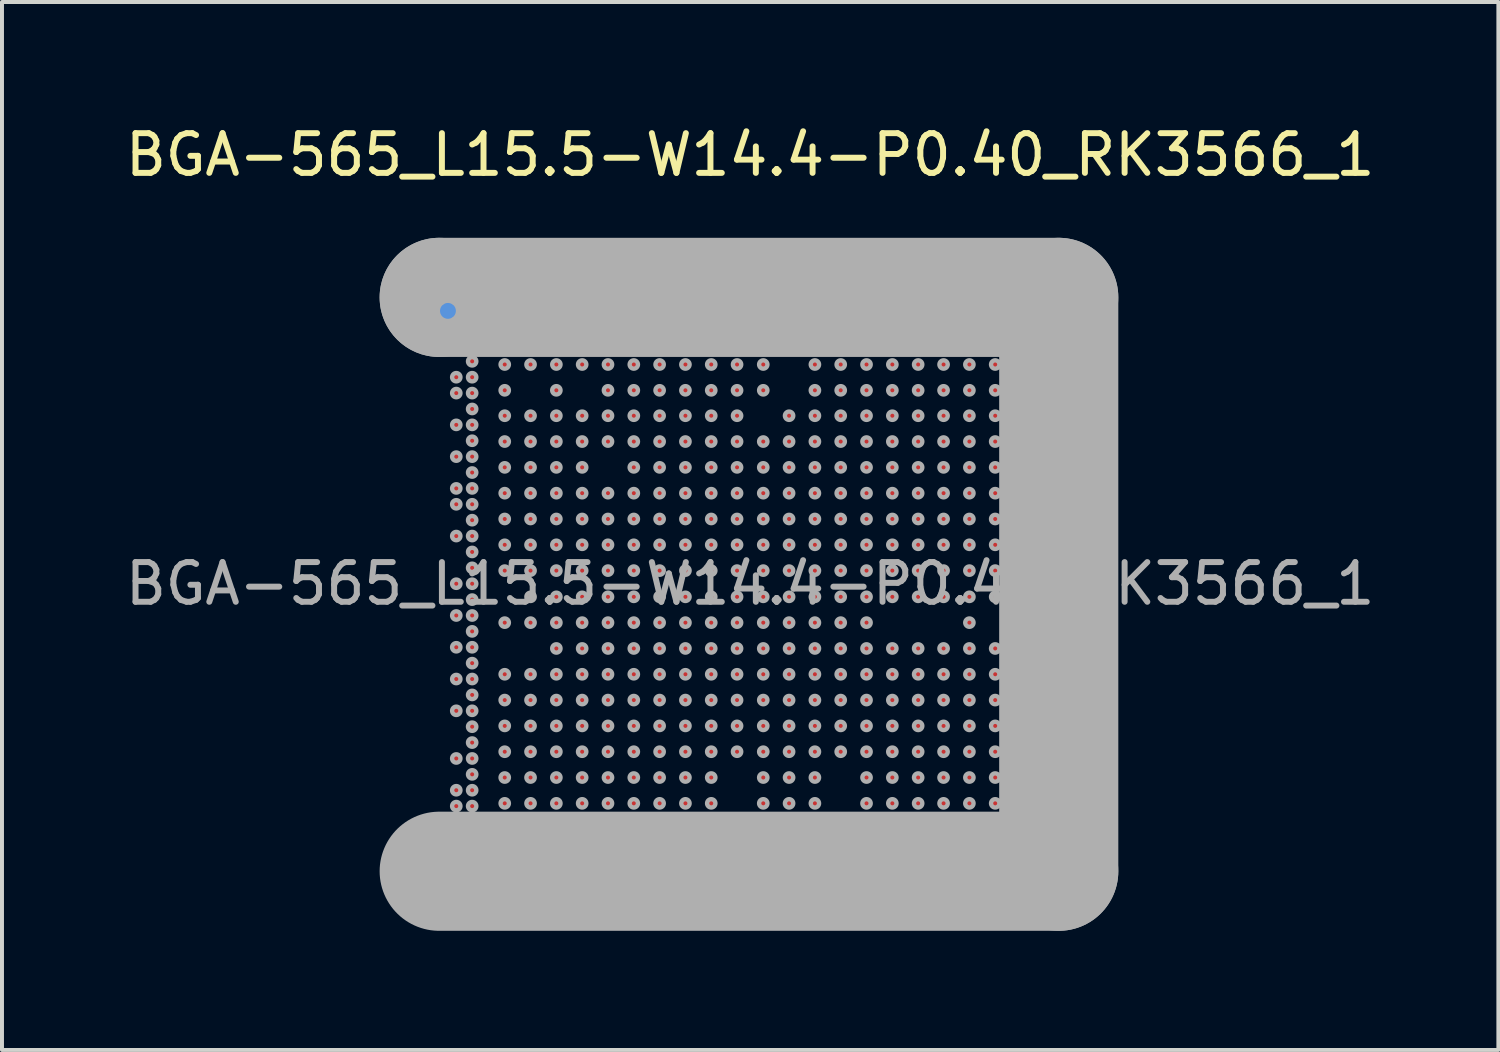
<source format=kicad_pcb>
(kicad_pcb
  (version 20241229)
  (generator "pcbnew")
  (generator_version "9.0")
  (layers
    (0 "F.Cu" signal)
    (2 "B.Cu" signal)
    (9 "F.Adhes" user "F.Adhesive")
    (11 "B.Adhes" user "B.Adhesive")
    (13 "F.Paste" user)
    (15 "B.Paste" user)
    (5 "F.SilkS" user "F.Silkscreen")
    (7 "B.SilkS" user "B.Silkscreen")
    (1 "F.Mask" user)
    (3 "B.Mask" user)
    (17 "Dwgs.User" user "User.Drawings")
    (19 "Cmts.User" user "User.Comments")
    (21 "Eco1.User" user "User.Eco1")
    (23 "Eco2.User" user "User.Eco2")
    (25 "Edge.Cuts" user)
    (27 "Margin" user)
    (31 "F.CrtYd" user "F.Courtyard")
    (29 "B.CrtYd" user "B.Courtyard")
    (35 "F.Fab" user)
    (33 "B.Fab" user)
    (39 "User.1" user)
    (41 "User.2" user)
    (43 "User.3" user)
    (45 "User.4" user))
  (footprint "BGA-565_L15.5-W14.4-P0.40_RK3566_1"
    (layer "F.Cu")
    (at 15.839 11.648)
    (property "Reference" "BGA-565_L15.5-W14.4-P0.40_RK3566_1" (at 0 -10.8 0) (layer "F.SilkS") (effects (font (size 1 1) (thickness 0.15))))
    (attr smd)
    (fp_circle (center -8.33 -6.87) (end -8.13 -6.87) (stroke (width 0.4) (type solid)) (fill no) (layer "F.SilkS"))
    (fp_circle (center -7.61 -6.87) (end -7.51 -6.87) (stroke (width 0.2) (type solid)) (fill no) (layer "Cmts.User"))
    (fp_line (start -7.83 -7.21) (end -7.83 -7.21) (stroke (width 3) (type solid)) (layer "F.Fab"))
    (fp_line (start -7.83 -7.21) (end 7.77 -7.21) (stroke (width 3) (type solid)) (layer "F.Fab"))
    (fp_line (start 7.77 -7.21) (end 7.77 7.24) (stroke (width 3) (type solid)) (layer "F.Fab"))
    (fp_line (start 7.77 7.24) (end -7.83 7.24) (stroke (width 3) (type solid)) (layer "F.Fab"))
    (fp_circle (center -7.75 -7.2) (end -7.72 -7.2) (stroke (width 0.06) (type solid)) (fill no) (layer "F.Fab"))
    (fp_circle (center -7.4 -6.8) (end -7.35 -6.8) (stroke (width 0.11) (type solid)) (fill no) (layer "F.Fab"))
    (fp_circle (center -7.4 -6.4) (end -7.35 -6.4) (stroke (width 0.11) (type solid)) (fill no) (layer "F.Fab"))
    (fp_circle (center -7.4 -6) (end -7.35 -6) (stroke (width 0.11) (type solid)) (fill no) (layer "F.Fab"))
    (fp_circle (center -7.4 -5.2) (end -7.35 -5.2) (stroke (width 0.11) (type solid)) (fill no) (layer "F.Fab"))
    (fp_circle (center -7.4 -4.8) (end -7.35 -4.8) (stroke (width 0.11) (type solid)) (fill no) (layer "F.Fab"))
    (fp_circle (center -7.4 -4) (end -7.35 -4) (stroke (width 0.11) (type solid)) (fill no) (layer "F.Fab"))
    (fp_circle (center -7.4 -3.2) (end -7.35 -3.2) (stroke (width 0.11) (type solid)) (fill no) (layer "F.Fab"))
    (fp_circle (center -7.4 -2.4) (end -7.35 -2.4) (stroke (width 0.11) (type solid)) (fill no) (layer "F.Fab"))
    (fp_circle (center -7.4 -2) (end -7.35 -2) (stroke (width 0.11) (type solid)) (fill no) (layer "F.Fab"))
    (fp_circle (center -7.4 -1.2) (end -7.35 -1.2) (stroke (width 0.11) (type solid)) (fill no) (layer "F.Fab"))
    (fp_circle (center -7.4 0) (end -7.35 0) (stroke (width 0.11) (type solid)) (fill no) (layer "F.Fab"))
    (fp_circle (center -7.4 0.8) (end -7.35 0.8) (stroke (width 0.11) (type solid)) (fill no) (layer "F.Fab"))
    (fp_circle (center -7.4 1.6) (end -7.35 1.6) (stroke (width 0.11) (type solid)) (fill no) (layer "F.Fab"))
    (fp_circle (center -7.4 2.4) (end -7.35 2.4) (stroke (width 0.11) (type solid)) (fill no) (layer "F.Fab"))
    (fp_circle (center -7.4 3.2) (end -7.35 3.2) (stroke (width 0.11) (type solid)) (fill no) (layer "F.Fab"))
    (fp_circle (center -7.4 4.4) (end -7.35 4.4) (stroke (width 0.11) (type solid)) (fill no) (layer "F.Fab"))
    (fp_circle (center -7.4 5.2) (end -7.35 5.2) (stroke (width 0.11) (type solid)) (fill no) (layer "F.Fab"))
    (fp_circle (center -7.4 5.6) (end -7.35 5.6) (stroke (width 0.11) (type solid)) (fill no) (layer "F.Fab"))
    (fp_circle (center -7.4 6.4) (end -7.35 6.4) (stroke (width 0.11) (type solid)) (fill no) (layer "F.Fab"))
    (fp_circle (center -7.4 6.8) (end -7.35 6.8) (stroke (width 0.11) (type solid)) (fill no) (layer "F.Fab"))
    (fp_circle (center -7 -6.8) (end -6.95 -6.8) (stroke (width 0.11) (type solid)) (fill no) (layer "F.Fab"))
    (fp_circle (center -7 -6.4) (end -6.95 -6.4) (stroke (width 0.11) (type solid)) (fill no) (layer "F.Fab"))
    (fp_circle (center -7 -6) (end -6.95 -6) (stroke (width 0.11) (type solid)) (fill no) (layer "F.Fab"))
    (fp_circle (center -7 -5.6) (end -6.95 -5.6) (stroke (width 0.11) (type solid)) (fill no) (layer "F.Fab"))
    (fp_circle (center -7 -5.2) (end -6.95 -5.2) (stroke (width 0.11) (type solid)) (fill no) (layer "F.Fab"))
    (fp_circle (center -7 -4.8) (end -6.95 -4.8) (stroke (width 0.11) (type solid)) (fill no) (layer "F.Fab"))
    (fp_circle (center -7 -4.4) (end -6.95 -4.4) (stroke (width 0.11) (type solid)) (fill no) (layer "F.Fab"))
    (fp_circle (center -7 -4) (end -6.95 -4) (stroke (width 0.11) (type solid)) (fill no) (layer "F.Fab"))
    (fp_circle (center -7 -3.6) (end -6.95 -3.6) (stroke (width 0.11) (type solid)) (fill no) (layer "F.Fab"))
    (fp_circle (center -7 -3.2) (end -6.95 -3.2) (stroke (width 0.11) (type solid)) (fill no) (layer "F.Fab"))
    (fp_circle (center -7 -2.8) (end -6.95 -2.8) (stroke (width 0.11) (type solid)) (fill no) (layer "F.Fab"))
    (fp_circle (center -7 -2.4) (end -6.95 -2.4) (stroke (width 0.11) (type solid)) (fill no) (layer "F.Fab"))
    (fp_circle (center -7 -2) (end -6.95 -2) (stroke (width 0.11) (type solid)) (fill no) (layer "F.Fab"))
    (fp_circle (center -7 -1.6) (end -6.95 -1.6) (stroke (width 0.11) (type solid)) (fill no) (layer "F.Fab"))
    (fp_circle (center -7 -1.2) (end -6.95 -1.2) (stroke (width 0.11) (type solid)) (fill no) (layer "F.Fab"))
    (fp_circle (center -7 -0.8) (end -6.95 -0.8) (stroke (width 0.11) (type solid)) (fill no) (layer "F.Fab"))
    (fp_circle (center -7 -0.4) (end -6.95 -0.4) (stroke (width 0.11) (type solid)) (fill no) (layer "F.Fab"))
    (fp_circle (center -7 0) (end -6.95 0) (stroke (width 0.11) (type solid)) (fill no) (layer "F.Fab"))
    (fp_circle (center -7 0.4) (end -6.95 0.4) (stroke (width 0.11) (type solid)) (fill no) (layer "F.Fab"))
    (fp_circle (center -7 0.8) (end -6.95 0.8) (stroke (width 0.11) (type solid)) (fill no) (layer "F.Fab"))
    (fp_circle (center -7 1.2) (end -6.95 1.2) (stroke (width 0.11) (type solid)) (fill no) (layer "F.Fab"))
    (fp_circle (center -7 1.6) (end -6.95 1.6) (stroke (width 0.11) (type solid)) (fill no) (layer "F.Fab"))
    (fp_circle (center -7 2) (end -6.95 2) (stroke (width 0.11) (type solid)) (fill no) (layer "F.Fab"))
    (fp_circle (center -7 2.4) (end -6.95 2.4) (stroke (width 0.11) (type solid)) (fill no) (layer "F.Fab"))
    (fp_circle (center -7 2.8) (end -6.95 2.8) (stroke (width 0.11) (type solid)) (fill no) (layer "F.Fab"))
    (fp_circle (center -7 3.2) (end -6.95 3.2) (stroke (width 0.11) (type solid)) (fill no) (layer "F.Fab"))
    (fp_circle (center -7 3.6) (end -6.95 3.6) (stroke (width 0.11) (type solid)) (fill no) (layer "F.Fab"))
    (fp_circle (center -7 4) (end -6.95 4) (stroke (width 0.11) (type solid)) (fill no) (layer "F.Fab"))
    (fp_circle (center -7 4.4) (end -6.95 4.4) (stroke (width 0.11) (type solid)) (fill no) (layer "F.Fab"))
    (fp_circle (center -7 4.8) (end -6.95 4.8) (stroke (width 0.11) (type solid)) (fill no) (layer "F.Fab"))
    (fp_circle (center -7 5.2) (end -6.95 5.2) (stroke (width 0.11) (type solid)) (fill no) (layer "F.Fab"))
    (fp_circle (center -7 5.6) (end -6.95 5.6) (stroke (width 0.11) (type solid)) (fill no) (layer "F.Fab"))
    (fp_circle (center -7 6) (end -6.95 6) (stroke (width 0.11) (type solid)) (fill no) (layer "F.Fab"))
    (fp_circle (center -7 6.4) (end -6.95 6.4) (stroke (width 0.11) (type solid)) (fill no) (layer "F.Fab"))
    (fp_circle (center -7 6.8) (end -6.95 6.8) (stroke (width 0.11) (type solid)) (fill no) (layer "F.Fab"))
    (fp_circle (center -6.6 -6.8) (end -6.55 -6.8) (stroke (width 0.11) (type solid)) (fill no) (layer "F.Fab"))
    (fp_circle (center -6.6 -6.4) (end -6.55 -6.4) (stroke (width 0.11) (type solid)) (fill no) (layer "F.Fab"))
    (fp_circle (center -6.6 6.4) (end -6.55 6.4) (stroke (width 0.11) (type solid)) (fill no) (layer "F.Fab"))
    (fp_circle (center -6.2 -6.4) (end -6.15 -6.4) (stroke (width 0.11) (type solid)) (fill no) (layer "F.Fab"))
    (fp_circle (center -6.2 6.4) (end -6.15 6.4) (stroke (width 0.11) (type solid)) (fill no) (layer "F.Fab"))
    (fp_circle (center -6.2 6.8) (end -6.15 6.8) (stroke (width 0.11) (type solid)) (fill no) (layer "F.Fab"))
    (fp_circle (center -6.18 -5.52) (end -6.13 -5.52) (stroke (width 0.11) (type solid)) (fill no) (layer "F.Fab"))
    (fp_circle (center -6.18 -4.87) (end -6.13 -4.87) (stroke (width 0.11) (type solid)) (fill no) (layer "F.Fab"))
    (fp_circle (center -6.18 -4.23) (end -6.13 -4.23) (stroke (width 0.11) (type solid)) (fill no) (layer "F.Fab"))
    (fp_circle (center -6.18 -3.58) (end -6.13 -3.58) (stroke (width 0.11) (type solid)) (fill no) (layer "F.Fab"))
    (fp_circle (center -6.18 -2.93) (end -6.13 -2.93) (stroke (width 0.11) (type solid)) (fill no) (layer "F.Fab"))
    (fp_circle (center -6.18 -2.28) (end -6.13 -2.28) (stroke (width 0.11) (type solid)) (fill no) (layer "F.Fab"))
    (fp_circle (center -6.18 -1.63) (end -6.13 -1.63) (stroke (width 0.11) (type solid)) (fill no) (layer "F.Fab"))
    (fp_circle (center -6.18 -0.98) (end -6.13 -0.98) (stroke (width 0.11) (type solid)) (fill no) (layer "F.Fab"))
    (fp_circle (center -6.18 -0.33) (end -6.13 -0.33) (stroke (width 0.11) (type solid)) (fill no) (layer "F.Fab"))
    (fp_circle (center -6.18 0.98) (end -6.13 0.98) (stroke (width 0.11) (type solid)) (fill no) (layer "F.Fab"))
    (fp_circle (center -6.18 2.28) (end -6.13 2.28) (stroke (width 0.11) (type solid)) (fill no) (layer "F.Fab"))
    (fp_circle (center -6.18 2.93) (end -6.13 2.93) (stroke (width 0.11) (type solid)) (fill no) (layer "F.Fab"))
    (fp_circle (center -6.18 3.58) (end -6.13 3.58) (stroke (width 0.11) (type solid)) (fill no) (layer "F.Fab"))
    (fp_circle (center -6.18 4.23) (end -6.13 4.23) (stroke (width 0.11) (type solid)) (fill no) (layer "F.Fab"))
    (fp_circle (center -6.18 4.88) (end -6.13 4.88) (stroke (width 0.11) (type solid)) (fill no) (layer "F.Fab"))
    (fp_circle (center -6.18 5.53) (end -6.13 5.53) (stroke (width 0.11) (type solid)) (fill no) (layer "F.Fab"))
    (fp_circle (center -5.8 -6.8) (end -5.75 -6.8) (stroke (width 0.11) (type solid)) (fill no) (layer "F.Fab"))
    (fp_circle (center -5.8 -6.4) (end -5.75 -6.4) (stroke (width 0.11) (type solid)) (fill no) (layer "F.Fab"))
    (fp_circle (center -5.8 6.4) (end -5.75 6.4) (stroke (width 0.11) (type solid)) (fill no) (layer "F.Fab"))
    (fp_circle (center -5.53 -5.52) (end -5.48 -5.52) (stroke (width 0.11) (type solid)) (fill no) (layer "F.Fab"))
    (fp_circle (center -5.53 -4.23) (end -5.48 -4.23) (stroke (width 0.11) (type solid)) (fill no) (layer "F.Fab"))
    (fp_circle (center -5.53 -3.58) (end -5.48 -3.58) (stroke (width 0.11) (type solid)) (fill no) (layer "F.Fab"))
    (fp_circle (center -5.53 -2.93) (end -5.48 -2.93) (stroke (width 0.11) (type solid)) (fill no) (layer "F.Fab"))
    (fp_circle (center -5.53 -2.28) (end -5.48 -2.28) (stroke (width 0.11) (type solid)) (fill no) (layer "F.Fab"))
    (fp_circle (center -5.53 -1.63) (end -5.48 -1.63) (stroke (width 0.11) (type solid)) (fill no) (layer "F.Fab"))
    (fp_circle (center -5.53 -0.98) (end -5.48 -0.98) (stroke (width 0.11) (type solid)) (fill no) (layer "F.Fab"))
    (fp_circle (center -5.53 -0.33) (end -5.48 -0.33) (stroke (width 0.11) (type solid)) (fill no) (layer "F.Fab"))
    (fp_circle (center -5.53 0.33) (end -5.48 0.33) (stroke (width 0.11) (type solid)) (fill no) (layer "F.Fab"))
    (fp_circle (center -5.53 0.98) (end -5.48 0.98) (stroke (width 0.11) (type solid)) (fill no) (layer "F.Fab"))
    (fp_circle (center -5.53 2.28) (end -5.48 2.28) (stroke (width 0.11) (type solid)) (fill no) (layer "F.Fab"))
    (fp_circle (center -5.53 2.93) (end -5.48 2.93) (stroke (width 0.11) (type solid)) (fill no) (layer "F.Fab"))
    (fp_circle (center -5.53 3.58) (end -5.48 3.58) (stroke (width 0.11) (type solid)) (fill no) (layer "F.Fab"))
    (fp_circle (center -5.53 4.23) (end -5.48 4.23) (stroke (width 0.11) (type solid)) (fill no) (layer "F.Fab"))
    (fp_circle (center -5.53 4.88) (end -5.48 4.88) (stroke (width 0.11) (type solid)) (fill no) (layer "F.Fab"))
    (fp_circle (center -5.53 5.53) (end -5.48 5.53) (stroke (width 0.11) (type solid)) (fill no) (layer "F.Fab"))
    (fp_circle (center -5.4 -6.4) (end -5.35 -6.4) (stroke (width 0.11) (type solid)) (fill no) (layer "F.Fab"))
    (fp_circle (center -5.4 6.4) (end -5.35 6.4) (stroke (width 0.11) (type solid)) (fill no) (layer "F.Fab"))
    (fp_circle (center -5.4 6.8) (end -5.35 6.8) (stroke (width 0.11) (type solid)) (fill no) (layer "F.Fab"))
    (fp_circle (center -5 -6.8) (end -4.95 -6.8) (stroke (width 0.11) (type solid)) (fill no) (layer "F.Fab"))
    (fp_circle (center -5 -6.4) (end -4.95 -6.4) (stroke (width 0.11) (type solid)) (fill no) (layer "F.Fab"))
    (fp_circle (center -5 6.4) (end -4.95 6.4) (stroke (width 0.11) (type solid)) (fill no) (layer "F.Fab"))
    (fp_circle (center -5 6.8) (end -4.95 6.8) (stroke (width 0.11) (type solid)) (fill no) (layer "F.Fab"))
    (fp_circle (center -4.88 -5.52) (end -4.83 -5.52) (stroke (width 0.11) (type solid)) (fill no) (layer "F.Fab"))
    (fp_circle (center -4.88 -4.87) (end -4.83 -4.87) (stroke (width 0.11) (type solid)) (fill no) (layer "F.Fab"))
    (fp_circle (center -4.88 -4.23) (end -4.83 -4.23) (stroke (width 0.11) (type solid)) (fill no) (layer "F.Fab"))
    (fp_circle (center -4.88 -3.58) (end -4.83 -3.58) (stroke (width 0.11) (type solid)) (fill no) (layer "F.Fab"))
    (fp_circle (center -4.88 -2.93) (end -4.83 -2.93) (stroke (width 0.11) (type solid)) (fill no) (layer "F.Fab"))
    (fp_circle (center -4.88 -2.28) (end -4.83 -2.28) (stroke (width 0.11) (type solid)) (fill no) (layer "F.Fab"))
    (fp_circle (center -4.88 -1.63) (end -4.83 -1.63) (stroke (width 0.11) (type solid)) (fill no) (layer "F.Fab"))
    (fp_circle (center -4.88 -0.98) (end -4.83 -0.98) (stroke (width 0.11) (type solid)) (fill no) (layer "F.Fab"))
    (fp_circle (center -4.88 -0.33) (end -4.83 -0.33) (stroke (width 0.11) (type solid)) (fill no) (layer "F.Fab"))
    (fp_circle (center -4.88 0.33) (end -4.83 0.33) (stroke (width 0.11) (type solid)) (fill no) (layer "F.Fab"))
    (fp_circle (center -4.88 0.98) (end -4.83 0.98) (stroke (width 0.11) (type solid)) (fill no) (layer "F.Fab"))
    (fp_circle (center -4.88 1.63) (end -4.83 1.63) (stroke (width 0.11) (type solid)) (fill no) (layer "F.Fab"))
    (fp_circle (center -4.88 2.28) (end -4.83 2.28) (stroke (width 0.11) (type solid)) (fill no) (layer "F.Fab"))
    (fp_circle (center -4.88 2.93) (end -4.83 2.93) (stroke (width 0.11) (type solid)) (fill no) (layer "F.Fab"))
    (fp_circle (center -4.88 3.58) (end -4.83 3.58) (stroke (width 0.11) (type solid)) (fill no) (layer "F.Fab"))
    (fp_circle (center -4.88 4.23) (end -4.83 4.23) (stroke (width 0.11) (type solid)) (fill no) (layer "F.Fab"))
    (fp_circle (center -4.88 4.88) (end -4.83 4.88) (stroke (width 0.11) (type solid)) (fill no) (layer "F.Fab"))
    (fp_circle (center -4.88 5.53) (end -4.83 5.53) (stroke (width 0.11) (type solid)) (fill no) (layer "F.Fab"))
    (fp_circle (center -4.6 -6.4) (end -4.55 -6.4) (stroke (width 0.11) (type solid)) (fill no) (layer "F.Fab"))
    (fp_circle (center -4.6 6.4) (end -4.55 6.4) (stroke (width 0.11) (type solid)) (fill no) (layer "F.Fab"))
    (fp_circle (center -4.23 -5.52) (end -4.18 -5.52) (stroke (width 0.11) (type solid)) (fill no) (layer "F.Fab"))
    (fp_circle (center -4.23 -4.23) (end -4.18 -4.23) (stroke (width 0.11) (type solid)) (fill no) (layer "F.Fab"))
    (fp_circle (center -4.23 -3.58) (end -4.18 -3.58) (stroke (width 0.11) (type solid)) (fill no) (layer "F.Fab"))
    (fp_circle (center -4.23 -2.93) (end -4.18 -2.93) (stroke (width 0.11) (type solid)) (fill no) (layer "F.Fab"))
    (fp_circle (center -4.23 -2.28) (end -4.18 -2.28) (stroke (width 0.11) (type solid)) (fill no) (layer "F.Fab"))
    (fp_circle (center -4.23 -1.63) (end -4.18 -1.63) (stroke (width 0.11) (type solid)) (fill no) (layer "F.Fab"))
    (fp_circle (center -4.23 -0.98) (end -4.18 -0.98) (stroke (width 0.11) (type solid)) (fill no) (layer "F.Fab"))
    (fp_circle (center -4.23 -0.33) (end -4.18 -0.33) (stroke (width 0.11) (type solid)) (fill no) (layer "F.Fab"))
    (fp_circle (center -4.23 0.33) (end -4.18 0.33) (stroke (width 0.11) (type solid)) (fill no) (layer "F.Fab"))
    (fp_circle (center -4.23 0.98) (end -4.18 0.98) (stroke (width 0.11) (type solid)) (fill no) (layer "F.Fab"))
    (fp_circle (center -4.23 1.63) (end -4.18 1.63) (stroke (width 0.11) (type solid)) (fill no) (layer "F.Fab"))
    (fp_circle (center -4.23 2.28) (end -4.18 2.28) (stroke (width 0.11) (type solid)) (fill no) (layer "F.Fab"))
    (fp_circle (center -4.23 2.93) (end -4.18 2.93) (stroke (width 0.11) (type solid)) (fill no) (layer "F.Fab"))
    (fp_circle (center -4.23 3.58) (end -4.18 3.58) (stroke (width 0.11) (type solid)) (fill no) (layer "F.Fab"))
    (fp_circle (center -4.23 4.23) (end -4.18 4.23) (stroke (width 0.11) (type solid)) (fill no) (layer "F.Fab"))
    (fp_circle (center -4.23 4.88) (end -4.18 4.88) (stroke (width 0.11) (type solid)) (fill no) (layer "F.Fab"))
    (fp_circle (center -4.23 5.53) (end -4.18 5.53) (stroke (width 0.11) (type solid)) (fill no) (layer "F.Fab"))
    (fp_circle (center -4.2 -6.8) (end -4.15 -6.8) (stroke (width 0.11) (type solid)) (fill no) (layer "F.Fab"))
    (fp_circle (center -4.2 -6.4) (end -4.15 -6.4) (stroke (width 0.11) (type solid)) (fill no) (layer "F.Fab"))
    (fp_circle (center -4.2 6.4) (end -4.15 6.4) (stroke (width 0.11) (type solid)) (fill no) (layer "F.Fab"))
    (fp_circle (center -4.2 6.8) (end -4.15 6.8) (stroke (width 0.11) (type solid)) (fill no) (layer "F.Fab"))
    (fp_circle (center -3.8 -6.8) (end -3.75 -6.8) (stroke (width 0.11) (type solid)) (fill no) (layer "F.Fab"))
    (fp_circle (center -3.8 -6.4) (end -3.75 -6.4) (stroke (width 0.11) (type solid)) (fill no) (layer "F.Fab"))
    (fp_circle (center -3.8 6.4) (end -3.75 6.4) (stroke (width 0.11) (type solid)) (fill no) (layer "F.Fab"))
    (fp_circle (center -3.8 6.8) (end -3.75 6.8) (stroke (width 0.11) (type solid)) (fill no) (layer "F.Fab"))
    (fp_circle (center -3.58 -5.52) (end -3.53 -5.52) (stroke (width 0.11) (type solid)) (fill no) (layer "F.Fab"))
    (fp_circle (center -3.58 -4.87) (end -3.53 -4.87) (stroke (width 0.11) (type solid)) (fill no) (layer "F.Fab"))
    (fp_circle (center -3.58 -4.23) (end -3.53 -4.23) (stroke (width 0.11) (type solid)) (fill no) (layer "F.Fab"))
    (fp_circle (center -3.58 -3.58) (end -3.53 -3.58) (stroke (width 0.11) (type solid)) (fill no) (layer "F.Fab"))
    (fp_circle (center -3.58 -2.28) (end -3.53 -2.28) (stroke (width 0.11) (type solid)) (fill no) (layer "F.Fab"))
    (fp_circle (center -3.58 -1.63) (end -3.53 -1.63) (stroke (width 0.11) (type solid)) (fill no) (layer "F.Fab"))
    (fp_circle (center -3.58 -0.98) (end -3.53 -0.98) (stroke (width 0.11) (type solid)) (fill no) (layer "F.Fab"))
    (fp_circle (center -3.58 -0.33) (end -3.53 -0.33) (stroke (width 0.11) (type solid)) (fill no) (layer "F.Fab"))
    (fp_circle (center -3.58 0.33) (end -3.53 0.33) (stroke (width 0.11) (type solid)) (fill no) (layer "F.Fab"))
    (fp_circle (center -3.58 0.98) (end -3.53 0.98) (stroke (width 0.11) (type solid)) (fill no) (layer "F.Fab"))
    (fp_circle (center -3.58 1.63) (end -3.53 1.63) (stroke (width 0.11) (type solid)) (fill no) (layer "F.Fab"))
    (fp_circle (center -3.58 2.28) (end -3.53 2.28) (stroke (width 0.11) (type solid)) (fill no) (layer "F.Fab"))
    (fp_circle (center -3.58 2.93) (end -3.53 2.93) (stroke (width 0.11) (type solid)) (fill no) (layer "F.Fab"))
    (fp_circle (center -3.58 3.58) (end -3.53 3.58) (stroke (width 0.11) (type solid)) (fill no) (layer "F.Fab"))
    (fp_circle (center -3.58 4.23) (end -3.53 4.23) (stroke (width 0.11) (type solid)) (fill no) (layer "F.Fab"))
    (fp_circle (center -3.58 4.88) (end -3.53 4.88) (stroke (width 0.11) (type solid)) (fill no) (layer "F.Fab"))
    (fp_circle (center -3.58 5.53) (end -3.53 5.53) (stroke (width 0.11) (type solid)) (fill no) (layer "F.Fab"))
    (fp_circle (center -3.4 -6.4) (end -3.35 -6.4) (stroke (width 0.11) (type solid)) (fill no) (layer "F.Fab"))
    (fp_circle (center -3.4 6.4) (end -3.35 6.4) (stroke (width 0.11) (type solid)) (fill no) (layer "F.Fab"))
    (fp_circle (center -3 -6.8) (end -2.95 -6.8) (stroke (width 0.11) (type solid)) (fill no) (layer "F.Fab"))
    (fp_circle (center -3 -6.4) (end -2.95 -6.4) (stroke (width 0.11) (type solid)) (fill no) (layer "F.Fab"))
    (fp_circle (center -3 6.4) (end -2.95 6.4) (stroke (width 0.11) (type solid)) (fill no) (layer "F.Fab"))
    (fp_circle (center -3 6.8) (end -2.95 6.8) (stroke (width 0.11) (type solid)) (fill no) (layer "F.Fab"))
    (fp_circle (center -2.93 -5.52) (end -2.88 -5.52) (stroke (width 0.11) (type solid)) (fill no) (layer "F.Fab"))
    (fp_circle (center -2.93 -4.87) (end -2.88 -4.87) (stroke (width 0.11) (type solid)) (fill no) (layer "F.Fab"))
    (fp_circle (center -2.93 -4.23) (end -2.88 -4.23) (stroke (width 0.11) (type solid)) (fill no) (layer "F.Fab"))
    (fp_circle (center -2.93 -3.58) (end -2.88 -3.58) (stroke (width 0.11) (type solid)) (fill no) (layer "F.Fab"))
    (fp_circle (center -2.93 -2.93) (end -2.88 -2.93) (stroke (width 0.11) (type solid)) (fill no) (layer "F.Fab"))
    (fp_circle (center -2.93 -2.28) (end -2.88 -2.28) (stroke (width 0.11) (type solid)) (fill no) (layer "F.Fab"))
    (fp_circle (center -2.93 -1.63) (end -2.88 -1.63) (stroke (width 0.11) (type solid)) (fill no) (layer "F.Fab"))
    (fp_circle (center -2.93 -0.98) (end -2.88 -0.98) (stroke (width 0.11) (type solid)) (fill no) (layer "F.Fab"))
    (fp_circle (center -2.93 -0.33) (end -2.88 -0.33) (stroke (width 0.11) (type solid)) (fill no) (layer "F.Fab"))
    (fp_circle (center -2.93 0.33) (end -2.88 0.33) (stroke (width 0.11) (type solid)) (fill no) (layer "F.Fab"))
    (fp_circle (center -2.93 0.98) (end -2.88 0.98) (stroke (width 0.11) (type solid)) (fill no) (layer "F.Fab"))
    (fp_circle (center -2.93 1.63) (end -2.88 1.63) (stroke (width 0.11) (type solid)) (fill no) (layer "F.Fab"))
    (fp_circle (center -2.93 2.28) (end -2.88 2.28) (stroke (width 0.11) (type solid)) (fill no) (layer "F.Fab"))
    (fp_circle (center -2.93 2.93) (end -2.88 2.93) (stroke (width 0.11) (type solid)) (fill no) (layer "F.Fab"))
    (fp_circle (center -2.93 3.58) (end -2.88 3.58) (stroke (width 0.11) (type solid)) (fill no) (layer "F.Fab"))
    (fp_circle (center -2.93 4.23) (end -2.88 4.23) (stroke (width 0.11) (type solid)) (fill no) (layer "F.Fab"))
    (fp_circle (center -2.93 4.88) (end -2.88 4.88) (stroke (width 0.11) (type solid)) (fill no) (layer "F.Fab"))
    (fp_circle (center -2.93 5.53) (end -2.88 5.53) (stroke (width 0.11) (type solid)) (fill no) (layer "F.Fab"))
    (fp_circle (center -2.6 -6.8) (end -2.55 -6.8) (stroke (width 0.11) (type solid)) (fill no) (layer "F.Fab"))
    (fp_circle (center -2.6 -6.4) (end -2.55 -6.4) (stroke (width 0.11) (type solid)) (fill no) (layer "F.Fab"))
    (fp_circle (center -2.6 6.4) (end -2.55 6.4) (stroke (width 0.11) (type solid)) (fill no) (layer "F.Fab"))
    (fp_circle (center -2.28 -5.52) (end -2.23 -5.52) (stroke (width 0.11) (type solid)) (fill no) (layer "F.Fab"))
    (fp_circle (center -2.28 -4.87) (end -2.23 -4.87) (stroke (width 0.11) (type solid)) (fill no) (layer "F.Fab"))
    (fp_circle (center -2.28 -4.23) (end -2.23 -4.23) (stroke (width 0.11) (type solid)) (fill no) (layer "F.Fab"))
    (fp_circle (center -2.28 -3.58) (end -2.23 -3.58) (stroke (width 0.11) (type solid)) (fill no) (layer "F.Fab"))
    (fp_circle (center -2.28 -2.93) (end -2.23 -2.93) (stroke (width 0.11) (type solid)) (fill no) (layer "F.Fab"))
    (fp_circle (center -2.28 -2.28) (end -2.23 -2.28) (stroke (width 0.11) (type solid)) (fill no) (layer "F.Fab"))
    (fp_circle (center -2.28 -1.63) (end -2.23 -1.63) (stroke (width 0.11) (type solid)) (fill no) (layer "F.Fab"))
    (fp_circle (center -2.28 -0.98) (end -2.23 -0.98) (stroke (width 0.11) (type solid)) (fill no) (layer "F.Fab"))
    (fp_circle (center -2.28 -0.33) (end -2.23 -0.33) (stroke (width 0.11) (type solid)) (fill no) (layer "F.Fab"))
    (fp_circle (center -2.28 0.33) (end -2.23 0.33) (stroke (width 0.11) (type solid)) (fill no) (layer "F.Fab"))
    (fp_circle (center -2.28 0.98) (end -2.23 0.98) (stroke (width 0.11) (type solid)) (fill no) (layer "F.Fab"))
    (fp_circle (center -2.28 1.63) (end -2.23 1.63) (stroke (width 0.11) (type solid)) (fill no) (layer "F.Fab"))
    (fp_circle (center -2.28 2.28) (end -2.23 2.28) (stroke (width 0.11) (type solid)) (fill no) (layer "F.Fab"))
    (fp_circle (center -2.28 2.93) (end -2.23 2.93) (stroke (width 0.11) (type solid)) (fill no) (layer "F.Fab"))
    (fp_circle (center -2.28 3.58) (end -2.23 3.58) (stroke (width 0.11) (type solid)) (fill no) (layer "F.Fab"))
    (fp_circle (center -2.28 4.23) (end -2.23 4.23) (stroke (width 0.11) (type solid)) (fill no) (layer "F.Fab"))
    (fp_circle (center -2.28 4.88) (end -2.23 4.88) (stroke (width 0.11) (type solid)) (fill no) (layer "F.Fab"))
    (fp_circle (center -2.28 5.53) (end -2.23 5.53) (stroke (width 0.11) (type solid)) (fill no) (layer "F.Fab"))
    (fp_circle (center -2.2 -6.4) (end -2.15 -6.4) (stroke (width 0.11) (type solid)) (fill no) (layer "F.Fab"))
    (fp_circle (center -2.2 6.4) (end -2.15 6.4) (stroke (width 0.11) (type solid)) (fill no) (layer "F.Fab"))
    (fp_circle (center -2.2 6.8) (end -2.15 6.8) (stroke (width 0.11) (type solid)) (fill no) (layer "F.Fab"))
    (fp_circle (center -1.8 -6.8) (end -1.75 -6.8) (stroke (width 0.11) (type solid)) (fill no) (layer "F.Fab"))
    (fp_circle (center -1.8 -6.4) (end -1.75 -6.4) (stroke (width 0.11) (type solid)) (fill no) (layer "F.Fab"))
    (fp_circle (center -1.8 6.4) (end -1.75 6.4) (stroke (width 0.11) (type solid)) (fill no) (layer "F.Fab"))
    (fp_circle (center -1.8 6.8) (end -1.75 6.8) (stroke (width 0.11) (type solid)) (fill no) (layer "F.Fab"))
    (fp_circle (center -1.63 -5.52) (end -1.58 -5.52) (stroke (width 0.11) (type solid)) (fill no) (layer "F.Fab"))
    (fp_circle (center -1.63 -4.87) (end -1.58 -4.87) (stroke (width 0.11) (type solid)) (fill no) (layer "F.Fab"))
    (fp_circle (center -1.63 -4.23) (end -1.58 -4.23) (stroke (width 0.11) (type solid)) (fill no) (layer "F.Fab"))
    (fp_circle (center -1.63 -3.58) (end -1.58 -3.58) (stroke (width 0.11) (type solid)) (fill no) (layer "F.Fab"))
    (fp_circle (center -1.63 -2.93) (end -1.58 -2.93) (stroke (width 0.11) (type solid)) (fill no) (layer "F.Fab"))
    (fp_circle (center -1.63 -2.28) (end -1.58 -2.28) (stroke (width 0.11) (type solid)) (fill no) (layer "F.Fab"))
    (fp_circle (center -1.63 -1.63) (end -1.58 -1.63) (stroke (width 0.11) (type solid)) (fill no) (layer "F.Fab"))
    (fp_circle (center -1.63 -0.98) (end -1.58 -0.98) (stroke (width 0.11) (type solid)) (fill no) (layer "F.Fab"))
    (fp_circle (center -1.63 -0.33) (end -1.58 -0.33) (stroke (width 0.11) (type solid)) (fill no) (layer "F.Fab"))
    (fp_circle (center -1.63 0.33) (end -1.58 0.33) (stroke (width 0.11) (type solid)) (fill no) (layer "F.Fab"))
    (fp_circle (center -1.63 0.98) (end -1.58 0.98) (stroke (width 0.11) (type solid)) (fill no) (layer "F.Fab"))
    (fp_circle (center -1.63 1.63) (end -1.58 1.63) (stroke (width 0.11) (type solid)) (fill no) (layer "F.Fab"))
    (fp_circle (center -1.63 2.28) (end -1.58 2.28) (stroke (width 0.11) (type solid)) (fill no) (layer "F.Fab"))
    (fp_circle (center -1.63 2.93) (end -1.58 2.93) (stroke (width 0.11) (type solid)) (fill no) (layer "F.Fab"))
    (fp_circle (center -1.63 3.58) (end -1.58 3.58) (stroke (width 0.11) (type solid)) (fill no) (layer "F.Fab"))
    (fp_circle (center -1.63 4.23) (end -1.58 4.23) (stroke (width 0.11) (type solid)) (fill no) (layer "F.Fab"))
    (fp_circle (center -1.63 4.88) (end -1.58 4.88) (stroke (width 0.11) (type solid)) (fill no) (layer "F.Fab"))
    (fp_circle (center -1.63 5.53) (end -1.58 5.53) (stroke (width 0.11) (type solid)) (fill no) (layer "F.Fab"))
    (fp_circle (center -1.4 -6.4) (end -1.35 -6.4) (stroke (width 0.11) (type solid)) (fill no) (layer "F.Fab"))
    (fp_circle (center -1.4 6.4) (end -1.35 6.4) (stroke (width 0.11) (type solid)) (fill no) (layer "F.Fab"))
    (fp_circle (center -1 -6.8) (end -0.95 -6.8) (stroke (width 0.11) (type solid)) (fill no) (layer "F.Fab"))
    (fp_circle (center -1 -6.4) (end -0.95 -6.4) (stroke (width 0.11) (type solid)) (fill no) (layer "F.Fab"))
    (fp_circle (center -1 6.4) (end -0.95 6.4) (stroke (width 0.11) (type solid)) (fill no) (layer "F.Fab"))
    (fp_circle (center -1 6.8) (end -0.95 6.8) (stroke (width 0.11) (type solid)) (fill no) (layer "F.Fab"))
    (fp_circle (center -0.98 -5.52) (end -0.93 -5.52) (stroke (width 0.11) (type solid)) (fill no) (layer "F.Fab"))
    (fp_circle (center -0.98 -4.87) (end -0.93 -4.87) (stroke (width 0.11) (type solid)) (fill no) (layer "F.Fab"))
    (fp_circle (center -0.98 -4.23) (end -0.93 -4.23) (stroke (width 0.11) (type solid)) (fill no) (layer "F.Fab"))
    (fp_circle (center -0.98 -3.58) (end -0.93 -3.58) (stroke (width 0.11) (type solid)) (fill no) (layer "F.Fab"))
    (fp_circle (center -0.98 -2.93) (end -0.93 -2.93) (stroke (width 0.11) (type solid)) (fill no) (layer "F.Fab"))
    (fp_circle (center -0.98 -2.28) (end -0.93 -2.28) (stroke (width 0.11) (type solid)) (fill no) (layer "F.Fab"))
    (fp_circle (center -0.98 -1.63) (end -0.93 -1.63) (stroke (width 0.11) (type solid)) (fill no) (layer "F.Fab"))
    (fp_circle (center -0.98 -0.98) (end -0.93 -0.98) (stroke (width 0.11) (type solid)) (fill no) (layer "F.Fab"))
    (fp_circle (center -0.98 -0.33) (end -0.93 -0.33) (stroke (width 0.11) (type solid)) (fill no) (layer "F.Fab"))
    (fp_circle (center -0.98 0.33) (end -0.93 0.33) (stroke (width 0.11) (type solid)) (fill no) (layer "F.Fab"))
    (fp_circle (center -0.98 0.98) (end -0.93 0.98) (stroke (width 0.11) (type solid)) (fill no) (layer "F.Fab"))
    (fp_circle (center -0.98 1.63) (end -0.93 1.63) (stroke (width 0.11) (type solid)) (fill no) (layer "F.Fab"))
    (fp_circle (center -0.98 2.28) (end -0.93 2.28) (stroke (width 0.11) (type solid)) (fill no) (layer "F.Fab"))
    (fp_circle (center -0.98 2.93) (end -0.93 2.93) (stroke (width 0.11) (type solid)) (fill no) (layer "F.Fab"))
    (fp_circle (center -0.98 3.58) (end -0.93 3.58) (stroke (width 0.11) (type solid)) (fill no) (layer "F.Fab"))
    (fp_circle (center -0.98 4.23) (end -0.93 4.23) (stroke (width 0.11) (type solid)) (fill no) (layer "F.Fab"))
    (fp_circle (center -0.98 4.88) (end -0.93 4.88) (stroke (width 0.11) (type solid)) (fill no) (layer "F.Fab"))
    (fp_circle (center -0.98 5.53) (end -0.93 5.53) (stroke (width 0.11) (type solid)) (fill no) (layer "F.Fab"))
    (fp_circle (center -0.6 -6.4) (end -0.55 -6.4) (stroke (width 0.11) (type solid)) (fill no) (layer "F.Fab"))
    (fp_circle (center -0.6 6.4) (end -0.55 6.4) (stroke (width 0.11) (type solid)) (fill no) (layer "F.Fab"))
    (fp_circle (center -0.6 6.8) (end -0.55 6.8) (stroke (width 0.11) (type solid)) (fill no) (layer "F.Fab"))
    (fp_circle (center -0.33 -5.52) (end -0.28 -5.52) (stroke (width 0.11) (type solid)) (fill no) (layer "F.Fab"))
    (fp_circle (center -0.33 -4.87) (end -0.28 -4.87) (stroke (width 0.11) (type solid)) (fill no) (layer "F.Fab"))
    (fp_circle (center -0.33 -4.23) (end -0.28 -4.23) (stroke (width 0.11) (type solid)) (fill no) (layer "F.Fab"))
    (fp_circle (center -0.33 -3.58) (end -0.28 -3.58) (stroke (width 0.11) (type solid)) (fill no) (layer "F.Fab"))
    (fp_circle (center -0.33 -2.93) (end -0.28 -2.93) (stroke (width 0.11) (type solid)) (fill no) (layer "F.Fab"))
    (fp_circle (center -0.33 -2.28) (end -0.28 -2.28) (stroke (width 0.11) (type solid)) (fill no) (layer "F.Fab"))
    (fp_circle (center -0.33 -1.63) (end -0.28 -1.63) (stroke (width 0.11) (type solid)) (fill no) (layer "F.Fab"))
    (fp_circle (center -0.33 -0.98) (end -0.28 -0.98) (stroke (width 0.11) (type solid)) (fill no) (layer "F.Fab"))
    (fp_circle (center -0.33 -0.33) (end -0.28 -0.33) (stroke (width 0.11) (type solid)) (fill no) (layer "F.Fab"))
    (fp_circle (center -0.33 0.33) (end -0.28 0.33) (stroke (width 0.11) (type solid)) (fill no) (layer "F.Fab"))
    (fp_circle (center -0.33 0.98) (end -0.28 0.98) (stroke (width 0.11) (type solid)) (fill no) (layer "F.Fab"))
    (fp_circle (center -0.33 1.63) (end -0.28 1.63) (stroke (width 0.11) (type solid)) (fill no) (layer "F.Fab"))
    (fp_circle (center -0.33 2.28) (end -0.28 2.28) (stroke (width 0.11) (type solid)) (fill no) (layer "F.Fab"))
    (fp_circle (center -0.33 2.93) (end -0.28 2.93) (stroke (width 0.11) (type solid)) (fill no) (layer "F.Fab"))
    (fp_circle (center -0.33 3.58) (end -0.28 3.58) (stroke (width 0.11) (type solid)) (fill no) (layer "F.Fab"))
    (fp_circle (center -0.33 4.23) (end -0.28 4.23) (stroke (width 0.11) (type solid)) (fill no) (layer "F.Fab"))
    (fp_circle (center -0.2 -6.8) (end -0.15 -6.8) (stroke (width 0.11) (type solid)) (fill no) (layer "F.Fab"))
    (fp_circle (center -0.2 -6.4) (end -0.15 -6.4) (stroke (width 0.11) (type solid)) (fill no) (layer "F.Fab"))
    (fp_circle (center -0.2 6.4) (end -0.15 6.4) (stroke (width 0.11) (type solid)) (fill no) (layer "F.Fab"))
    (fp_circle (center 0.2 -6.8) (end 0.25 -6.8) (stroke (width 0.11) (type solid)) (fill no) (layer "F.Fab"))
    (fp_circle (center 0.2 -6.4) (end 0.25 -6.4) (stroke (width 0.11) (type solid)) (fill no) (layer "F.Fab"))
    (fp_circle (center 0.2 6.4) (end 0.25 6.4) (stroke (width 0.11) (type solid)) (fill no) (layer "F.Fab"))
    (fp_circle (center 0.2 6.8) (end 0.25 6.8) (stroke (width 0.11) (type solid)) (fill no) (layer "F.Fab"))
    (fp_circle (center 0.33 -5.52) (end 0.38 -5.52) (stroke (width 0.11) (type solid)) (fill no) (layer "F.Fab"))
    (fp_circle (center 0.33 -4.87) (end 0.38 -4.87) (stroke (width 0.11) (type solid)) (fill no) (layer "F.Fab"))
    (fp_circle (center 0.33 -3.58) (end 0.38 -3.58) (stroke (width 0.11) (type solid)) (fill no) (layer "F.Fab"))
    (fp_circle (center 0.33 -2.93) (end 0.38 -2.93) (stroke (width 0.11) (type solid)) (fill no) (layer "F.Fab"))
    (fp_circle (center 0.33 -2.28) (end 0.38 -2.28) (stroke (width 0.11) (type solid)) (fill no) (layer "F.Fab"))
    (fp_circle (center 0.33 -1.63) (end 0.38 -1.63) (stroke (width 0.11) (type solid)) (fill no) (layer "F.Fab"))
    (fp_circle (center 0.33 -0.98) (end 0.38 -0.98) (stroke (width 0.11) (type solid)) (fill no) (layer "F.Fab"))
    (fp_circle (center 0.33 -0.33) (end 0.38 -0.33) (stroke (width 0.11) (type solid)) (fill no) (layer "F.Fab"))
    (fp_circle (center 0.33 0.33) (end 0.38 0.33) (stroke (width 0.11) (type solid)) (fill no) (layer "F.Fab"))
    (fp_circle (center 0.33 0.98) (end 0.38 0.98) (stroke (width 0.11) (type solid)) (fill no) (layer "F.Fab"))
    (fp_circle (center 0.33 1.63) (end 0.38 1.63) (stroke (width 0.11) (type solid)) (fill no) (layer "F.Fab"))
    (fp_circle (center 0.33 2.28) (end 0.38 2.28) (stroke (width 0.11) (type solid)) (fill no) (layer "F.Fab"))
    (fp_circle (center 0.33 2.93) (end 0.38 2.93) (stroke (width 0.11) (type solid)) (fill no) (layer "F.Fab"))
    (fp_circle (center 0.33 3.58) (end 0.38 3.58) (stroke (width 0.11) (type solid)) (fill no) (layer "F.Fab"))
    (fp_circle (center 0.33 4.23) (end 0.38 4.23) (stroke (width 0.11) (type solid)) (fill no) (layer "F.Fab"))
    (fp_circle (center 0.33 4.88) (end 0.38 4.88) (stroke (width 0.11) (type solid)) (fill no) (layer "F.Fab"))
    (fp_circle (center 0.33 5.53) (end 0.38 5.53) (stroke (width 0.11) (type solid)) (fill no) (layer "F.Fab"))
    (fp_circle (center 0.6 -6.4) (end 0.65 -6.4) (stroke (width 0.11) (type solid)) (fill no) (layer "F.Fab"))
    (fp_circle (center 0.6 6.4) (end 0.65 6.4) (stroke (width 0.11) (type solid)) (fill no) (layer "F.Fab"))
    (fp_circle (center 0.6 6.8) (end 0.65 6.8) (stroke (width 0.11) (type solid)) (fill no) (layer "F.Fab"))
    (fp_circle (center 0.98 -4.23) (end 1.03 -4.23) (stroke (width 0.11) (type solid)) (fill no) (layer "F.Fab"))
    (fp_circle (center 0.98 -3.58) (end 1.03 -3.58) (stroke (width 0.11) (type solid)) (fill no) (layer "F.Fab"))
    (fp_circle (center 0.98 -2.93) (end 1.03 -2.93) (stroke (width 0.11) (type solid)) (fill no) (layer "F.Fab"))
    (fp_circle (center 0.98 -2.28) (end 1.03 -2.28) (stroke (width 0.11) (type solid)) (fill no) (layer "F.Fab"))
    (fp_circle (center 0.98 -1.63) (end 1.03 -1.63) (stroke (width 0.11) (type solid)) (fill no) (layer "F.Fab"))
    (fp_circle (center 0.98 -0.98) (end 1.03 -0.98) (stroke (width 0.11) (type solid)) (fill no) (layer "F.Fab"))
    (fp_circle (center 0.98 -0.33) (end 1.03 -0.33) (stroke (width 0.11) (type solid)) (fill no) (layer "F.Fab"))
    (fp_circle (center 0.98 0.33) (end 1.03 0.33) (stroke (width 0.11) (type solid)) (fill no) (layer "F.Fab"))
    (fp_circle (center 0.98 0.98) (end 1.03 0.98) (stroke (width 0.11) (type solid)) (fill no) (layer "F.Fab"))
    (fp_circle (center 0.98 1.63) (end 1.03 1.63) (stroke (width 0.11) (type solid)) (fill no) (layer "F.Fab"))
    (fp_circle (center 0.98 2.28) (end 1.03 2.28) (stroke (width 0.11) (type solid)) (fill no) (layer "F.Fab"))
    (fp_circle (center 0.98 2.93) (end 1.03 2.93) (stroke (width 0.11) (type solid)) (fill no) (layer "F.Fab"))
    (fp_circle (center 0.98 3.58) (end 1.03 3.58) (stroke (width 0.11) (type solid)) (fill no) (layer "F.Fab"))
    (fp_circle (center 0.98 4.23) (end 1.03 4.23) (stroke (width 0.11) (type solid)) (fill no) (layer "F.Fab"))
    (fp_circle (center 0.98 4.88) (end 1.03 4.88) (stroke (width 0.11) (type solid)) (fill no) (layer "F.Fab"))
    (fp_circle (center 0.98 5.53) (end 1.03 5.53) (stroke (width 0.11) (type solid)) (fill no) (layer "F.Fab"))
    (fp_circle (center 1 -6.8) (end 1.05 -6.8) (stroke (width 0.11) (type solid)) (fill no) (layer "F.Fab"))
    (fp_circle (center 1 -6.4) (end 1.05 -6.4) (stroke (width 0.11) (type solid)) (fill no) (layer "F.Fab"))
    (fp_circle (center 1 6.4) (end 1.05 6.4) (stroke (width 0.11) (type solid)) (fill no) (layer "F.Fab"))
    (fp_circle (center 1.4 -6.8) (end 1.45 -6.8) (stroke (width 0.11) (type solid)) (fill no) (layer "F.Fab"))
    (fp_circle (center 1.4 -6.4) (end 1.45 -6.4) (stroke (width 0.11) (type solid)) (fill no) (layer "F.Fab"))
    (fp_circle (center 1.4 6.4) (end 1.45 6.4) (stroke (width 0.11) (type solid)) (fill no) (layer "F.Fab"))
    (fp_circle (center 1.4 6.8) (end 1.45 6.8) (stroke (width 0.11) (type solid)) (fill no) (layer "F.Fab"))
    (fp_circle (center 1.63 -5.52) (end 1.68 -5.52) (stroke (width 0.11) (type solid)) (fill no) (layer "F.Fab"))
    (fp_circle (center 1.63 -4.87) (end 1.68 -4.87) (stroke (width 0.11) (type solid)) (fill no) (layer "F.Fab"))
    (fp_circle (center 1.63 -4.23) (end 1.68 -4.23) (stroke (width 0.11) (type solid)) (fill no) (layer "F.Fab"))
    (fp_circle (center 1.63 -3.58) (end 1.68 -3.58) (stroke (width 0.11) (type solid)) (fill no) (layer "F.Fab"))
    (fp_circle (center 1.63 -2.93) (end 1.68 -2.93) (stroke (width 0.11) (type solid)) (fill no) (layer "F.Fab"))
    (fp_circle (center 1.63 -2.28) (end 1.68 -2.28) (stroke (width 0.11) (type solid)) (fill no) (layer "F.Fab"))
    (fp_circle (center 1.63 -1.63) (end 1.68 -1.63) (stroke (width 0.11) (type solid)) (fill no) (layer "F.Fab"))
    (fp_circle (center 1.63 -0.98) (end 1.68 -0.98) (stroke (width 0.11) (type solid)) (fill no) (layer "F.Fab"))
    (fp_circle (center 1.63 -0.33) (end 1.68 -0.33) (stroke (width 0.11) (type solid)) (fill no) (layer "F.Fab"))
    (fp_circle (center 1.63 0.33) (end 1.68 0.33) (stroke (width 0.11) (type solid)) (fill no) (layer "F.Fab"))
    (fp_circle (center 1.63 0.98) (end 1.68 0.98) (stroke (width 0.11) (type solid)) (fill no) (layer "F.Fab"))
    (fp_circle (center 1.63 1.63) (end 1.68 1.63) (stroke (width 0.11) (type solid)) (fill no) (layer "F.Fab"))
    (fp_circle (center 1.63 2.28) (end 1.68 2.28) (stroke (width 0.11) (type solid)) (fill no) (layer "F.Fab"))
    (fp_circle (center 1.63 2.93) (end 1.68 2.93) (stroke (width 0.11) (type solid)) (fill no) (layer "F.Fab"))
    (fp_circle (center 1.63 3.58) (end 1.68 3.58) (stroke (width 0.11) (type solid)) (fill no) (layer "F.Fab"))
    (fp_circle (center 1.63 4.23) (end 1.68 4.23) (stroke (width 0.11) (type solid)) (fill no) (layer "F.Fab"))
    (fp_circle (center 1.63 4.88) (end 1.68 4.88) (stroke (width 0.11) (type solid)) (fill no) (layer "F.Fab"))
    (fp_circle (center 1.63 5.53) (end 1.68 5.53) (stroke (width 0.11) (type solid)) (fill no) (layer "F.Fab"))
    (fp_circle (center 1.8 -6.4) (end 1.85 -6.4) (stroke (width 0.11) (type solid)) (fill no) (layer "F.Fab"))
    (fp_circle (center 1.8 6.4) (end 1.85 6.4) (stroke (width 0.11) (type solid)) (fill no) (layer "F.Fab"))
    (fp_circle (center 1.8 6.8) (end 1.85 6.8) (stroke (width 0.11) (type solid)) (fill no) (layer "F.Fab"))
    (fp_circle (center 2.2 -6.4) (end 2.25 -6.4) (stroke (width 0.11) (type solid)) (fill no) (layer "F.Fab"))
    (fp_circle (center 2.2 6.4) (end 2.25 6.4) (stroke (width 0.11) (type solid)) (fill no) (layer "F.Fab"))
    (fp_circle (center 2.28 -5.52) (end 2.33 -5.52) (stroke (width 0.11) (type solid)) (fill no) (layer "F.Fab"))
    (fp_circle (center 2.28 -4.87) (end 2.33 -4.87) (stroke (width 0.11) (type solid)) (fill no) (layer "F.Fab"))
    (fp_circle (center 2.28 -4.23) (end 2.33 -4.23) (stroke (width 0.11) (type solid)) (fill no) (layer "F.Fab"))
    (fp_circle (center 2.28 -3.58) (end 2.33 -3.58) (stroke (width 0.11) (type solid)) (fill no) (layer "F.Fab"))
    (fp_circle (center 2.28 -2.93) (end 2.33 -2.93) (stroke (width 0.11) (type solid)) (fill no) (layer "F.Fab"))
    (fp_circle (center 2.28 -2.28) (end 2.33 -2.28) (stroke (width 0.11) (type solid)) (fill no) (layer "F.Fab"))
    (fp_circle (center 2.28 -1.63) (end 2.33 -1.63) (stroke (width 0.11) (type solid)) (fill no) (layer "F.Fab"))
    (fp_circle (center 2.28 -0.98) (end 2.33 -0.98) (stroke (width 0.11) (type solid)) (fill no) (layer "F.Fab"))
    (fp_circle (center 2.28 -0.33) (end 2.33 -0.33) (stroke (width 0.11) (type solid)) (fill no) (layer "F.Fab"))
    (fp_circle (center 2.28 0.33) (end 2.33 0.33) (stroke (width 0.11) (type solid)) (fill no) (layer "F.Fab"))
    (fp_circle (center 2.28 0.98) (end 2.33 0.98) (stroke (width 0.11) (type solid)) (fill no) (layer "F.Fab"))
    (fp_circle (center 2.28 1.63) (end 2.33 1.63) (stroke (width 0.11) (type solid)) (fill no) (layer "F.Fab"))
    (fp_circle (center 2.28 2.28) (end 2.33 2.28) (stroke (width 0.11) (type solid)) (fill no) (layer "F.Fab"))
    (fp_circle (center 2.28 2.93) (end 2.33 2.93) (stroke (width 0.11) (type solid)) (fill no) (layer "F.Fab"))
    (fp_circle (center 2.28 3.58) (end 2.33 3.58) (stroke (width 0.11) (type solid)) (fill no) (layer "F.Fab"))
    (fp_circle (center 2.28 4.23) (end 2.33 4.23) (stroke (width 0.11) (type solid)) (fill no) (layer "F.Fab"))
    (fp_circle (center 2.6 -6.8) (end 2.65 -6.8) (stroke (width 0.11) (type solid)) (fill no) (layer "F.Fab"))
    (fp_circle (center 2.6 -6.4) (end 2.65 -6.4) (stroke (width 0.11) (type solid)) (fill no) (layer "F.Fab"))
    (fp_circle (center 2.6 6.4) (end 2.65 6.4) (stroke (width 0.11) (type solid)) (fill no) (layer "F.Fab"))
    (fp_circle (center 2.6 6.8) (end 2.65 6.8) (stroke (width 0.11) (type solid)) (fill no) (layer "F.Fab"))
    (fp_circle (center 2.93 -5.52) (end 2.98 -5.52) (stroke (width 0.11) (type solid)) (fill no) (layer "F.Fab"))
    (fp_circle (center 2.93 -4.87) (end 2.98 -4.87) (stroke (width 0.11) (type solid)) (fill no) (layer "F.Fab"))
    (fp_circle (center 2.93 -4.23) (end 2.98 -4.23) (stroke (width 0.11) (type solid)) (fill no) (layer "F.Fab"))
    (fp_circle (center 2.93 -3.58) (end 2.98 -3.58) (stroke (width 0.11) (type solid)) (fill no) (layer "F.Fab"))
    (fp_circle (center 2.93 -2.93) (end 2.98 -2.93) (stroke (width 0.11) (type solid)) (fill no) (layer "F.Fab"))
    (fp_circle (center 2.93 -2.28) (end 2.98 -2.28) (stroke (width 0.11) (type solid)) (fill no) (layer "F.Fab"))
    (fp_circle (center 2.93 -1.63) (end 2.98 -1.63) (stroke (width 0.11) (type solid)) (fill no) (layer "F.Fab"))
    (fp_circle (center 2.93 -0.98) (end 2.98 -0.98) (stroke (width 0.11) (type solid)) (fill no) (layer "F.Fab"))
    (fp_circle (center 2.93 -0.33) (end 2.98 -0.33) (stroke (width 0.11) (type solid)) (fill no) (layer "F.Fab"))
    (fp_circle (center 2.93 0.33) (end 2.98 0.33) (stroke (width 0.11) (type solid)) (fill no) (layer "F.Fab"))
    (fp_circle (center 2.93 0.98) (end 2.98 0.98) (stroke (width 0.11) (type solid)) (fill no) (layer "F.Fab"))
    (fp_circle (center 2.93 1.63) (end 2.98 1.63) (stroke (width 0.11) (type solid)) (fill no) (layer "F.Fab"))
    (fp_circle (center 2.93 2.28) (end 2.98 2.28) (stroke (width 0.11) (type solid)) (fill no) (layer "F.Fab"))
    (fp_circle (center 2.93 2.93) (end 2.98 2.93) (stroke (width 0.11) (type solid)) (fill no) (layer "F.Fab"))
    (fp_circle (center 2.93 3.58) (end 2.98 3.58) (stroke (width 0.11) (type solid)) (fill no) (layer "F.Fab"))
    (fp_circle (center 2.93 4.23) (end 2.98 4.23) (stroke (width 0.11) (type solid)) (fill no) (layer "F.Fab"))
    (fp_circle (center 2.93 4.88) (end 2.98 4.88) (stroke (width 0.11) (type solid)) (fill no) (layer "F.Fab"))
    (fp_circle (center 2.93 5.53) (end 2.98 5.53) (stroke (width 0.11) (type solid)) (fill no) (layer "F.Fab"))
    (fp_circle (center 3 -6.8) (end 3.05 -6.8) (stroke (width 0.11) (type solid)) (fill no) (layer "F.Fab"))
    (fp_circle (center 3 -6.4) (end 3.05 -6.4) (stroke (width 0.11) (type solid)) (fill no) (layer "F.Fab"))
    (fp_circle (center 3 6.4) (end 3.05 6.4) (stroke (width 0.11) (type solid)) (fill no) (layer "F.Fab"))
    (fp_circle (center 3 6.8) (end 3.05 6.8) (stroke (width 0.11) (type solid)) (fill no) (layer "F.Fab"))
    (fp_circle (center 3.4 -6.4) (end 3.45 -6.4) (stroke (width 0.11) (type solid)) (fill no) (layer "F.Fab"))
    (fp_circle (center 3.4 6.4) (end 3.45 6.4) (stroke (width 0.11) (type solid)) (fill no) (layer "F.Fab"))
    (fp_circle (center 3.58 -5.52) (end 3.63 -5.52) (stroke (width 0.11) (type solid)) (fill no) (layer "F.Fab"))
    (fp_circle (center 3.58 -4.87) (end 3.63 -4.87) (stroke (width 0.11) (type solid)) (fill no) (layer "F.Fab"))
    (fp_circle (center 3.58 -4.23) (end 3.63 -4.23) (stroke (width 0.11) (type solid)) (fill no) (layer "F.Fab"))
    (fp_circle (center 3.58 -3.58) (end 3.63 -3.58) (stroke (width 0.11) (type solid)) (fill no) (layer "F.Fab"))
    (fp_circle (center 3.58 -2.93) (end 3.63 -2.93) (stroke (width 0.11) (type solid)) (fill no) (layer "F.Fab"))
    (fp_circle (center 3.58 -2.28) (end 3.63 -2.28) (stroke (width 0.11) (type solid)) (fill no) (layer "F.Fab"))
    (fp_circle (center 3.58 -1.63) (end 3.63 -1.63) (stroke (width 0.11) (type solid)) (fill no) (layer "F.Fab"))
    (fp_circle (center 3.58 -0.98) (end 3.63 -0.98) (stroke (width 0.11) (type solid)) (fill no) (layer "F.Fab"))
    (fp_circle (center 3.58 -0.33) (end 3.63 -0.33) (stroke (width 0.11) (type solid)) (fill no) (layer "F.Fab"))
    (fp_circle (center 3.58 0.33) (end 3.63 0.33) (stroke (width 0.11) (type solid)) (fill no) (layer "F.Fab"))
    (fp_circle (center 3.58 1.63) (end 3.63 1.63) (stroke (width 0.11) (type solid)) (fill no) (layer "F.Fab"))
    (fp_circle (center 3.58 2.28) (end 3.63 2.28) (stroke (width 0.11) (type solid)) (fill no) (layer "F.Fab"))
    (fp_circle (center 3.58 2.93) (end 3.63 2.93) (stroke (width 0.11) (type solid)) (fill no) (layer "F.Fab"))
    (fp_circle (center 3.58 3.58) (end 3.63 3.58) (stroke (width 0.11) (type solid)) (fill no) (layer "F.Fab"))
    (fp_circle (center 3.58 4.23) (end 3.63 4.23) (stroke (width 0.11) (type solid)) (fill no) (layer "F.Fab"))
    (fp_circle (center 3.58 4.88) (end 3.63 4.88) (stroke (width 0.11) (type solid)) (fill no) (layer "F.Fab"))
    (fp_circle (center 3.58 5.53) (end 3.63 5.53) (stroke (width 0.11) (type solid)) (fill no) (layer "F.Fab"))
    (fp_circle (center 3.8 -6.8) (end 3.85 -6.8) (stroke (width 0.11) (type solid)) (fill no) (layer "F.Fab"))
    (fp_circle (center 3.8 -6.4) (end 3.85 -6.4) (stroke (width 0.11) (type solid)) (fill no) (layer "F.Fab"))
    (fp_circle (center 3.8 6.4) (end 3.85 6.4) (stroke (width 0.11) (type solid)) (fill no) (layer "F.Fab"))
    (fp_circle (center 3.8 6.8) (end 3.85 6.8) (stroke (width 0.11) (type solid)) (fill no) (layer "F.Fab"))
    (fp_circle (center 4.2 -6.8) (end 4.25 -6.8) (stroke (width 0.11) (type solid)) (fill no) (layer "F.Fab"))
    (fp_circle (center 4.2 -6.4) (end 4.25 -6.4) (stroke (width 0.11) (type solid)) (fill no) (layer "F.Fab"))
    (fp_circle (center 4.2 6.4) (end 4.25 6.4) (stroke (width 0.11) (type solid)) (fill no) (layer "F.Fab"))
    (fp_circle (center 4.2 6.8) (end 4.25 6.8) (stroke (width 0.11) (type solid)) (fill no) (layer "F.Fab"))
    (fp_circle (center 4.23 -5.52) (end 4.28 -5.52) (stroke (width 0.11) (type solid)) (fill no) (layer "F.Fab"))
    (fp_circle (center 4.23 -4.87) (end 4.28 -4.87) (stroke (width 0.11) (type solid)) (fill no) (layer "F.Fab"))
    (fp_circle (center 4.23 -4.23) (end 4.28 -4.23) (stroke (width 0.11) (type solid)) (fill no) (layer "F.Fab"))
    (fp_circle (center 4.23 -3.58) (end 4.28 -3.58) (stroke (width 0.11) (type solid)) (fill no) (layer "F.Fab"))
    (fp_circle (center 4.23 -2.93) (end 4.28 -2.93) (stroke (width 0.11) (type solid)) (fill no) (layer "F.Fab"))
    (fp_circle (center 4.23 -2.28) (end 4.28 -2.28) (stroke (width 0.11) (type solid)) (fill no) (layer "F.Fab"))
    (fp_circle (center 4.23 -1.63) (end 4.28 -1.63) (stroke (width 0.11) (type solid)) (fill no) (layer "F.Fab"))
    (fp_circle (center 4.23 -0.98) (end 4.28 -0.98) (stroke (width 0.11) (type solid)) (fill no) (layer "F.Fab"))
    (fp_circle (center 4.23 -0.33) (end 4.28 -0.33) (stroke (width 0.11) (type solid)) (fill no) (layer "F.Fab"))
    (fp_circle (center 4.23 0.33) (end 4.28 0.33) (stroke (width 0.11) (type solid)) (fill no) (layer "F.Fab"))
    (fp_circle (center 4.23 1.63) (end 4.28 1.63) (stroke (width 0.11) (type solid)) (fill no) (layer "F.Fab"))
    (fp_circle (center 4.23 2.28) (end 4.28 2.28) (stroke (width 0.11) (type solid)) (fill no) (layer "F.Fab"))
    (fp_circle (center 4.23 2.93) (end 4.28 2.93) (stroke (width 0.11) (type solid)) (fill no) (layer "F.Fab"))
    (fp_circle (center 4.23 3.58) (end 4.28 3.58) (stroke (width 0.11) (type solid)) (fill no) (layer "F.Fab"))
    (fp_circle (center 4.23 4.23) (end 4.28 4.23) (stroke (width 0.11) (type solid)) (fill no) (layer "F.Fab"))
    (fp_circle (center 4.23 4.88) (end 4.28 4.88) (stroke (width 0.11) (type solid)) (fill no) (layer "F.Fab"))
    (fp_circle (center 4.23 5.53) (end 4.28 5.53) (stroke (width 0.11) (type solid)) (fill no) (layer "F.Fab"))
    (fp_circle (center 4.6 -6.4) (end 4.65 -6.4) (stroke (width 0.11) (type solid)) (fill no) (layer "F.Fab"))
    (fp_circle (center 4.6 6.4) (end 4.65 6.4) (stroke (width 0.11) (type solid)) (fill no) (layer "F.Fab"))
    (fp_circle (center 4.87 -5.52) (end 4.92 -5.52) (stroke (width 0.11) (type solid)) (fill no) (layer "F.Fab"))
    (fp_circle (center 4.87 -4.87) (end 4.92 -4.87) (stroke (width 0.11) (type solid)) (fill no) (layer "F.Fab"))
    (fp_circle (center 4.87 -4.23) (end 4.92 -4.23) (stroke (width 0.11) (type solid)) (fill no) (layer "F.Fab"))
    (fp_circle (center 4.87 -3.58) (end 4.92 -3.58) (stroke (width 0.11) (type solid)) (fill no) (layer "F.Fab"))
    (fp_circle (center 4.87 -2.93) (end 4.92 -2.93) (stroke (width 0.11) (type solid)) (fill no) (layer "F.Fab"))
    (fp_circle (center 4.87 -2.28) (end 4.92 -2.28) (stroke (width 0.11) (type solid)) (fill no) (layer "F.Fab"))
    (fp_circle (center 4.87 -1.63) (end 4.92 -1.63) (stroke (width 0.11) (type solid)) (fill no) (layer "F.Fab"))
    (fp_circle (center 4.87 -0.98) (end 4.92 -0.98) (stroke (width 0.11) (type solid)) (fill no) (layer "F.Fab"))
    (fp_circle (center 4.87 -0.33) (end 4.92 -0.33) (stroke (width 0.11) (type solid)) (fill no) (layer "F.Fab"))
    (fp_circle (center 4.87 0.33) (end 4.92 0.33) (stroke (width 0.11) (type solid)) (fill no) (layer "F.Fab"))
    (fp_circle (center 4.87 1.63) (end 4.92 1.63) (stroke (width 0.11) (type solid)) (fill no) (layer "F.Fab"))
    (fp_circle (center 4.87 2.28) (end 4.92 2.28) (stroke (width 0.11) (type solid)) (fill no) (layer "F.Fab"))
    (fp_circle (center 4.87 2.93) (end 4.92 2.93) (stroke (width 0.11) (type solid)) (fill no) (layer "F.Fab"))
    (fp_circle (center 4.87 3.58) (end 4.92 3.58) (stroke (width 0.11) (type solid)) (fill no) (layer "F.Fab"))
    (fp_circle (center 4.87 4.23) (end 4.92 4.23) (stroke (width 0.11) (type solid)) (fill no) (layer "F.Fab"))
    (fp_circle (center 4.87 4.88) (end 4.92 4.88) (stroke (width 0.11) (type solid)) (fill no) (layer "F.Fab"))
    (fp_circle (center 4.87 5.53) (end 4.92 5.53) (stroke (width 0.11) (type solid)) (fill no) (layer "F.Fab"))
    (fp_circle (center 5 -6.8) (end 5.05 -6.8) (stroke (width 0.11) (type solid)) (fill no) (layer "F.Fab"))
    (fp_circle (center 5 -6.4) (end 5.05 -6.4) (stroke (width 0.11) (type solid)) (fill no) (layer "F.Fab"))
    (fp_circle (center 5 6.4) (end 5.05 6.4) (stroke (width 0.11) (type solid)) (fill no) (layer "F.Fab"))
    (fp_circle (center 5 6.8) (end 5.05 6.8) (stroke (width 0.11) (type solid)) (fill no) (layer "F.Fab"))
    (fp_circle (center 5.4 -6.8) (end 5.45 -6.8) (stroke (width 0.11) (type solid)) (fill no) (layer "F.Fab"))
    (fp_circle (center 5.4 -6.4) (end 5.45 -6.4) (stroke (width 0.11) (type solid)) (fill no) (layer "F.Fab"))
    (fp_circle (center 5.4 6.4) (end 5.45 6.4) (stroke (width 0.11) (type solid)) (fill no) (layer "F.Fab"))
    (fp_circle (center 5.4 6.8) (end 5.45 6.8) (stroke (width 0.11) (type solid)) (fill no) (layer "F.Fab"))
    (fp_circle (center 5.52 -5.52) (end 5.57 -5.52) (stroke (width 0.11) (type solid)) (fill no) (layer "F.Fab"))
    (fp_circle (center 5.52 -4.87) (end 5.57 -4.87) (stroke (width 0.11) (type solid)) (fill no) (layer "F.Fab"))
    (fp_circle (center 5.52 -4.23) (end 5.57 -4.23) (stroke (width 0.11) (type solid)) (fill no) (layer "F.Fab"))
    (fp_circle (center 5.52 -3.58) (end 5.57 -3.58) (stroke (width 0.11) (type solid)) (fill no) (layer "F.Fab"))
    (fp_circle (center 5.52 -2.93) (end 5.57 -2.93) (stroke (width 0.11) (type solid)) (fill no) (layer "F.Fab"))
    (fp_circle (center 5.52 -2.28) (end 5.57 -2.28) (stroke (width 0.11) (type solid)) (fill no) (layer "F.Fab"))
    (fp_circle (center 5.52 -1.63) (end 5.57 -1.63) (stroke (width 0.11) (type solid)) (fill no) (layer "F.Fab"))
    (fp_circle (center 5.52 -0.98) (end 5.57 -0.98) (stroke (width 0.11) (type solid)) (fill no) (layer "F.Fab"))
    (fp_circle (center 5.52 -0.33) (end 5.57 -0.33) (stroke (width 0.11) (type solid)) (fill no) (layer "F.Fab"))
    (fp_circle (center 5.52 0.33) (end 5.57 0.33) (stroke (width 0.11) (type solid)) (fill no) (layer "F.Fab"))
    (fp_circle (center 5.52 0.98) (end 5.57 0.98) (stroke (width 0.11) (type solid)) (fill no) (layer "F.Fab"))
    (fp_circle (center 5.52 1.63) (end 5.57 1.63) (stroke (width 0.11) (type solid)) (fill no) (layer "F.Fab"))
    (fp_circle (center 5.52 2.28) (end 5.57 2.28) (stroke (width 0.11) (type solid)) (fill no) (layer "F.Fab"))
    (fp_circle (center 5.52 2.93) (end 5.57 2.93) (stroke (width 0.11) (type solid)) (fill no) (layer "F.Fab"))
    (fp_circle (center 5.52 3.58) (end 5.57 3.58) (stroke (width 0.11) (type solid)) (fill no) (layer "F.Fab"))
    (fp_circle (center 5.52 4.23) (end 5.57 4.23) (stroke (width 0.11) (type solid)) (fill no) (layer "F.Fab"))
    (fp_circle (center 5.52 4.88) (end 5.57 4.88) (stroke (width 0.11) (type solid)) (fill no) (layer "F.Fab"))
    (fp_circle (center 5.52 5.53) (end 5.57 5.53) (stroke (width 0.11) (type solid)) (fill no) (layer "F.Fab"))
    (fp_circle (center 5.8 -6.4) (end 5.85 -6.4) (stroke (width 0.11) (type solid)) (fill no) (layer "F.Fab"))
    (fp_circle (center 5.8 6.4) (end 5.85 6.4) (stroke (width 0.11) (type solid)) (fill no) (layer "F.Fab"))
    (fp_circle (center 6.17 -5.52) (end 6.22 -5.52) (stroke (width 0.11) (type solid)) (fill no) (layer "F.Fab"))
    (fp_circle (center 6.17 -4.87) (end 6.22 -4.87) (stroke (width 0.11) (type solid)) (fill no) (layer "F.Fab"))
    (fp_circle (center 6.17 -4.23) (end 6.22 -4.23) (stroke (width 0.11) (type solid)) (fill no) (layer "F.Fab"))
    (fp_circle (center 6.17 -3.58) (end 6.22 -3.58) (stroke (width 0.11) (type solid)) (fill no) (layer "F.Fab"))
    (fp_circle (center 6.17 -2.93) (end 6.22 -2.93) (stroke (width 0.11) (type solid)) (fill no) (layer "F.Fab"))
    (fp_circle (center 6.17 -2.28) (end 6.22 -2.28) (stroke (width 0.11) (type solid)) (fill no) (layer "F.Fab"))
    (fp_circle (center 6.17 -1.63) (end 6.22 -1.63) (stroke (width 0.11) (type solid)) (fill no) (layer "F.Fab"))
    (fp_circle (center 6.17 -0.98) (end 6.22 -0.98) (stroke (width 0.11) (type solid)) (fill no) (layer "F.Fab"))
    (fp_circle (center 6.17 -0.33) (end 6.22 -0.33) (stroke (width 0.11) (type solid)) (fill no) (layer "F.Fab"))
    (fp_circle (center 6.17 0.33) (end 6.22 0.33) (stroke (width 0.11) (type solid)) (fill no) (layer "F.Fab"))
    (fp_circle (center 6.17 1.63) (end 6.22 1.63) (stroke (width 0.11) (type solid)) (fill no) (layer "F.Fab"))
    (fp_circle (center 6.17 2.28) (end 6.22 2.28) (stroke (width 0.11) (type solid)) (fill no) (layer "F.Fab"))
    (fp_circle (center 6.17 2.93) (end 6.22 2.93) (stroke (width 0.11) (type solid)) (fill no) (layer "F.Fab"))
    (fp_circle (center 6.17 3.58) (end 6.22 3.58) (stroke (width 0.11) (type solid)) (fill no) (layer "F.Fab"))
    (fp_circle (center 6.17 4.23) (end 6.22 4.23) (stroke (width 0.11) (type solid)) (fill no) (layer "F.Fab"))
    (fp_circle (center 6.17 4.88) (end 6.22 4.88) (stroke (width 0.11) (type solid)) (fill no) (layer "F.Fab"))
    (fp_circle (center 6.17 5.53) (end 6.22 5.53) (stroke (width 0.11) (type solid)) (fill no) (layer "F.Fab"))
    (fp_circle (center 6.2 -6.8) (end 6.25 -6.8) (stroke (width 0.11) (type solid)) (fill no) (layer "F.Fab"))
    (fp_circle (center 6.2 -6.4) (end 6.25 -6.4) (stroke (width 0.11) (type solid)) (fill no) (layer "F.Fab"))
    (fp_circle (center 6.2 6.4) (end 6.25 6.4) (stroke (width 0.11) (type solid)) (fill no) (layer "F.Fab"))
    (fp_circle (center 6.2 6.8) (end 6.25 6.8) (stroke (width 0.11) (type solid)) (fill no) (layer "F.Fab"))
    (fp_circle (center 6.6 -6.4) (end 6.65 -6.4) (stroke (width 0.11) (type solid)) (fill no) (layer "F.Fab"))
    (fp_circle (center 6.6 6.4) (end 6.65 6.4) (stroke (width 0.11) (type solid)) (fill no) (layer "F.Fab"))
    (fp_circle (center 6.6 6.8) (end 6.65 6.8) (stroke (width 0.11) (type solid)) (fill no) (layer "F.Fab"))
    (fp_circle (center 7 -6.8) (end 7.05 -6.8) (stroke (width 0.11) (type solid)) (fill no) (layer "F.Fab"))
    (fp_circle (center 7 -6.4) (end 7.05 -6.4) (stroke (width 0.11) (type solid)) (fill no) (layer "F.Fab"))
    (fp_circle (center 7 -6) (end 7.05 -6) (stroke (width 0.11) (type solid)) (fill no) (layer "F.Fab"))
    (fp_circle (center 7 -5.6) (end 7.05 -5.6) (stroke (width 0.11) (type solid)) (fill no) (layer "F.Fab"))
    (fp_circle (center 7 -5.2) (end 7.05 -5.2) (stroke (width 0.11) (type solid)) (fill no) (layer "F.Fab"))
    (fp_circle (center 7 -4.8) (end 7.05 -4.8) (stroke (width 0.11) (type solid)) (fill no) (layer "F.Fab"))
    (fp_circle (center 7 -4.4) (end 7.05 -4.4) (stroke (width 0.11) (type solid)) (fill no) (layer "F.Fab"))
    (fp_circle (center 7 -4) (end 7.05 -4) (stroke (width 0.11) (type solid)) (fill no) (layer "F.Fab"))
    (fp_circle (center 7 -3.6) (end 7.05 -3.6) (stroke (width 0.11) (type solid)) (fill no) (layer "F.Fab"))
    (fp_circle (center 7 -3.2) (end 7.05 -3.2) (stroke (width 0.11) (type solid)) (fill no) (layer "F.Fab"))
    (fp_circle (center 7 -2.8) (end 7.05 -2.8) (stroke (width 0.11) (type solid)) (fill no) (layer "F.Fab"))
    (fp_circle (center 7 -2.4) (end 7.05 -2.4) (stroke (width 0.11) (type solid)) (fill no) (layer "F.Fab"))
    (fp_circle (center 7 -2) (end 7.05 -2) (stroke (width 0.11) (type solid)) (fill no) (layer "F.Fab"))
    (fp_circle (center 7 -1.6) (end 7.05 -1.6) (stroke (width 0.11) (type solid)) (fill no) (layer "F.Fab"))
    (fp_circle (center 7 -1.2) (end 7.05 -1.2) (stroke (width 0.11) (type solid)) (fill no) (layer "F.Fab"))
    (fp_circle (center 7 -0.8) (end 7.05 -0.8) (stroke (width 0.11) (type solid)) (fill no) (layer "F.Fab"))
    (fp_circle (center 7 -0.4) (end 7.05 -0.4) (stroke (width 0.11) (type solid)) (fill no) (layer "F.Fab"))
    (fp_circle (center 7 0) (end 7.05 0) (stroke (width 0.11) (type solid)) (fill no) (layer "F.Fab"))
    (fp_circle (center 7 0.4) (end 7.05 0.4) (stroke (width 0.11) (type solid)) (fill no) (layer "F.Fab"))
    (fp_circle (center 7 0.8) (end 7.05 0.8) (stroke (width 0.11) (type solid)) (fill no) (layer "F.Fab"))
    (fp_circle (center 7 1.2) (end 7.05 1.2) (stroke (width 0.11) (type solid)) (fill no) (layer "F.Fab"))
    (fp_circle (center 7 1.6) (end 7.05 1.6) (stroke (width 0.11) (type solid)) (fill no) (layer "F.Fab"))
    (fp_circle (center 7 2) (end 7.05 2) (stroke (width 0.11) (type solid)) (fill no) (layer "F.Fab"))
    (fp_circle (center 7 2.4) (end 7.05 2.4) (stroke (width 0.11) (type solid)) (fill no) (layer "F.Fab"))
    (fp_circle (center 7 2.8) (end 7.05 2.8) (stroke (width 0.11) (type solid)) (fill no) (layer "F.Fab"))
    (fp_circle (center 7 3.2) (end 7.05 3.2) (stroke (width 0.11) (type solid)) (fill no) (layer "F.Fab"))
    (fp_circle (center 7 3.6) (end 7.05 3.6) (stroke (width 0.11) (type solid)) (fill no) (layer "F.Fab"))
    (fp_circle (center 7 4) (end 7.05 4) (stroke (width 0.11) (type solid)) (fill no) (layer "F.Fab"))
    (fp_circle (center 7 4.4) (end 7.05 4.4) (stroke (width 0.11) (type solid)) (fill no) (layer "F.Fab"))
    (fp_circle (center 7 4.8) (end 7.05 4.8) (stroke (width 0.11) (type solid)) (fill no) (layer "F.Fab"))
    (fp_circle (center 7 5.2) (end 7.05 5.2) (stroke (width 0.11) (type solid)) (fill no) (layer "F.Fab"))
    (fp_circle (center 7 5.6) (end 7.05 5.6) (stroke (width 0.11) (type solid)) (fill no) (layer "F.Fab"))
    (fp_circle (center 7 6) (end 7.05 6) (stroke (width 0.11) (type solid)) (fill no) (layer "F.Fab"))
    (fp_circle (center 7 6.4) (end 7.05 6.4) (stroke (width 0.11) (type solid)) (fill no) (layer "F.Fab"))
    (fp_circle (center 7.4 -6.8) (end 7.45 -6.8) (stroke (width 0.11) (type solid)) (fill no) (layer "F.Fab"))
    (fp_circle (center 7.4 -6.4) (end 7.45 -6.4) (stroke (width 0.11) (type solid)) (fill no) (layer "F.Fab"))
    (fp_circle (center 7.4 -5.6) (end 7.45 -5.6) (stroke (width 0.11) (type solid)) (fill no) (layer "F.Fab"))
    (fp_circle (center 7.4 -4.8) (end 7.45 -4.8) (stroke (width 0.11) (type solid)) (fill no) (layer "F.Fab"))
    (fp_circle (center 7.4 -4.4) (end 7.45 -4.4) (stroke (width 0.11) (type solid)) (fill no) (layer "F.Fab"))
    (fp_circle (center 7.4 -3.6) (end 7.45 -3.6) (stroke (width 0.11) (type solid)) (fill no) (layer "F.Fab"))
    (fp_circle (center 7.4 -3.2) (end 7.45 -3.2) (stroke (width 0.11) (type solid)) (fill no) (layer "F.Fab"))
    (fp_circle (center 7.4 -2.4) (end 7.45 -2.4) (stroke (width 0.11) (type solid)) (fill no) (layer "F.Fab"))
    (fp_circle (center 7.4 -2) (end 7.45 -2) (stroke (width 0.11) (type solid)) (fill no) (layer "F.Fab"))
    (fp_circle (center 7.4 -1.2) (end 7.45 -1.2) (stroke (width 0.11) (type solid)) (fill no) (layer "F.Fab"))
    (fp_circle (center 7.4 -0.8) (end 7.45 -0.8) (stroke (width 0.11) (type solid)) (fill no) (layer "F.Fab"))
    (fp_circle (center 7.4 0) (end 7.45 0) (stroke (width 0.11) (type solid)) (fill no) (layer "F.Fab"))
    (fp_circle (center 7.4 0.4) (end 7.45 0.4) (stroke (width 0.11) (type solid)) (fill no) (layer "F.Fab"))
    (fp_circle (center 7.4 1.2) (end 7.45 1.2) (stroke (width 0.11) (type solid)) (fill no) (layer "F.Fab"))
    (fp_circle (center 7.4 1.6) (end 7.45 1.6) (stroke (width 0.11) (type solid)) (fill no) (layer "F.Fab"))
    (fp_circle (center 7.4 2.4) (end 7.45 2.4) (stroke (width 0.11) (type solid)) (fill no) (layer "F.Fab"))
    (fp_circle (center 7.4 3.2) (end 7.45 3.2) (stroke (width 0.11) (type solid)) (fill no) (layer "F.Fab"))
    (fp_circle (center 7.4 3.6) (end 7.45 3.6) (stroke (width 0.11) (type solid)) (fill no) (layer "F.Fab"))
    (fp_circle (center 7.4 4.4) (end 7.45 4.4) (stroke (width 0.11) (type solid)) (fill no) (layer "F.Fab"))
    (fp_circle (center 7.4 4.8) (end 7.45 4.8) (stroke (width 0.11) (type solid)) (fill no) (layer "F.Fab"))
    (fp_circle (center 7.4 5.6) (end 7.45 5.6) (stroke (width 0.11) (type solid)) (fill no) (layer "F.Fab"))
    (fp_circle (center 7.4 6) (end 7.45 6) (stroke (width 0.11) (type solid)) (fill no) (layer "F.Fab"))
    (fp_circle (center 7.4 6.8) (end 7.45 6.8) (stroke (width 0.11) (type solid)) (fill no) (layer "F.Fab"))
    (fp_text user "${REFERENCE}" (at 0 0 0) (layer "F.Fab") (effects (font (size 1 1) (thickness 0.15))))
    (pad "1A1" smd circle (at -6.18 -5.52 180) (size 0.22 0.22) (layers "F.Cu" "F.Mask" "F.Paste"))
    (pad "1A2" smd circle (at -5.53 -5.52 180) (size 0.22 0.22) (layers "F.Cu" "F.Mask" "F.Paste"))
    (pad "1A3" smd circle (at -4.88 -5.52 180) (size 0.22 0.22) (layers "F.Cu" "F.Mask" "F.Paste"))
    (pad "1A4" smd circle (at -4.23 -5.52 180) (size 0.22 0.22) (layers "F.Cu" "F.Mask" "F.Paste"))
    (pad "1A5" smd circle (at -3.58 -5.52 180) (size 0.22 0.22) (layers "F.Cu" "F.Mask" "F.Paste"))
    (pad "1A6" smd circle (at -2.93 -5.52 180) (size 0.22 0.22) (layers "F.Cu" "F.Mask" "F.Paste"))
    (pad "1A7" smd circle (at -2.28 -5.52 180) (size 0.22 0.22) (layers "F.Cu" "F.Mask" "F.Paste"))
    (pad "1A8" smd circle (at -1.63 -5.52 180) (size 0.22 0.22) (layers "F.Cu" "F.Mask" "F.Paste"))
    (pad "1A9" smd circle (at -0.98 -5.52 180) (size 0.22 0.22) (layers "F.Cu" "F.Mask" "F.Paste"))
    (pad "1A10" smd circle (at -0.33 -5.52 180) (size 0.22 0.22) (layers "F.Cu" "F.Mask" "F.Paste"))
    (pad "1A11" smd circle (at 0.33 -5.52 180) (size 0.22 0.22) (layers "F.Cu" "F.Mask" "F.Paste"))
    (pad "1A13" smd circle (at 1.63 -5.52 180) (size 0.22 0.22) (layers "F.Cu" "F.Mask" "F.Paste"))
    (pad "1A14" smd circle (at 2.28 -5.52 180) (size 0.22 0.22) (layers "F.Cu" "F.Mask" "F.Paste"))
    (pad "1A15" smd circle (at 2.93 -5.52 180) (size 0.22 0.22) (layers "F.Cu" "F.Mask" "F.Paste"))
    (pad "1A16" smd circle (at 3.58 -5.52 180) (size 0.22 0.22) (layers "F.Cu" "F.Mask" "F.Paste"))
    (pad "1A17" smd circle (at 4.23 -5.52 180) (size 0.22 0.22) (layers "F.Cu" "F.Mask" "F.Paste"))
    (pad "1A18" smd circle (at 4.87 -5.52 180) (size 0.22 0.22) (layers "F.Cu" "F.Mask" "F.Paste"))
    (pad "1A19" smd circle (at 5.52 -5.52 180) (size 0.22 0.22) (layers "F.Cu" "F.Mask" "F.Paste"))
    (pad "1A20" smd circle (at 6.17 -5.52 180) (size 0.22 0.22) (layers "F.Cu" "F.Mask" "F.Paste"))
    (pad "1B1" smd circle (at -6.18 -4.87 180) (size 0.22 0.22) (layers "F.Cu" "F.Mask" "F.Paste"))
    (pad "1B3" smd circle (at -4.88 -4.87 180) (size 0.22 0.22) (layers "F.Cu" "F.Mask" "F.Paste"))
    (pad "1B5" smd circle (at -3.58 -4.87 180) (size 0.22 0.22) (layers "F.Cu" "F.Mask" "F.Paste"))
    (pad "1B6" smd circle (at -2.93 -4.87 180) (size 0.22 0.22) (layers "F.Cu" "F.Mask" "F.Paste"))
    (pad "1B7" smd circle (at -2.28 -4.87 180) (size 0.22 0.22) (layers "F.Cu" "F.Mask" "F.Paste"))
    (pad "1B8" smd circle (at -1.63 -4.87 180) (size 0.22 0.22) (layers "F.Cu" "F.Mask" "F.Paste"))
    (pad "1B9" smd circle (at -0.98 -4.87 180) (size 0.22 0.22) (layers "F.Cu" "F.Mask" "F.Paste"))
    (pad "1B10" smd circle (at -0.33 -4.87 180) (size 0.22 0.22) (layers "F.Cu" "F.Mask" "F.Paste"))
    (pad "1B11" smd circle (at 0.33 -4.87 180) (size 0.22 0.22) (layers "F.Cu" "F.Mask" "F.Paste"))
    (pad "1B13" smd circle (at 1.63 -4.87 180) (size 0.22 0.22) (layers "F.Cu" "F.Mask" "F.Paste"))
    (pad "1B14" smd circle (at 2.28 -4.87 180) (size 0.22 0.22) (layers "F.Cu" "F.Mask" "F.Paste"))
    (pad "1B15" smd circle (at 2.93 -4.87 180) (size 0.22 0.22) (layers "F.Cu" "F.Mask" "F.Paste"))
    (pad "1B16" smd circle (at 3.58 -4.87 180) (size 0.22 0.22) (layers "F.Cu" "F.Mask" "F.Paste"))
    (pad "1B17" smd circle (at 4.23 -4.87 180) (size 0.22 0.22) (layers "F.Cu" "F.Mask" "F.Paste"))
    (pad "1B18" smd circle (at 4.87 -4.87 180) (size 0.22 0.22) (layers "F.Cu" "F.Mask" "F.Paste"))
    (pad "1B19" smd circle (at 5.52 -4.87 180) (size 0.22 0.22) (layers "F.Cu" "F.Mask" "F.Paste"))
    (pad "1B20" smd circle (at 6.17 -4.87 180) (size 0.22 0.22) (layers "F.Cu" "F.Mask" "F.Paste"))
    (pad "1C1" smd circle (at -6.18 -4.23 180) (size 0.22 0.22) (layers "F.Cu" "F.Mask" "F.Paste"))
    (pad "1C2" smd circle (at -5.53 -4.23 180) (size 0.22 0.22) (layers "F.Cu" "F.Mask" "F.Paste"))
    (pad "1C3" smd circle (at -4.88 -4.23 180) (size 0.22 0.22) (layers "F.Cu" "F.Mask" "F.Paste"))
    (pad "1C4" smd circle (at -4.23 -4.23 180) (size 0.22 0.22) (layers "F.Cu" "F.Mask" "F.Paste"))
    (pad "1C5" smd circle (at -3.58 -4.23 180) (size 0.22 0.22) (layers "F.Cu" "F.Mask" "F.Paste"))
    (pad "1C6" smd circle (at -2.93 -4.23 180) (size 0.22 0.22) (layers "F.Cu" "F.Mask" "F.Paste"))
    (pad "1C7" smd circle (at -2.28 -4.23 180) (size 0.22 0.22) (layers "F.Cu" "F.Mask" "F.Paste"))
    (pad "1C8" smd circle (at -1.63 -4.23 180) (size 0.22 0.22) (layers "F.Cu" "F.Mask" "F.Paste"))
    (pad "1C9" smd circle (at -0.98 -4.23 180) (size 0.22 0.22) (layers "F.Cu" "F.Mask" "F.Paste"))
    (pad "1C10" smd circle (at -0.33 -4.23 180) (size 0.22 0.22) (layers "F.Cu" "F.Mask" "F.Paste"))
    (pad "1C12" smd circle (at 0.98 -4.23 180) (size 0.22 0.22) (layers "F.Cu" "F.Mask" "F.Paste"))
    (pad "1C13" smd circle (at 1.63 -4.23 180) (size 0.22 0.22) (layers "F.Cu" "F.Mask" "F.Paste"))
    (pad "1C14" smd circle (at 2.28 -4.23 180) (size 0.22 0.22) (layers "F.Cu" "F.Mask" "F.Paste"))
    (pad "1C15" smd circle (at 2.93 -4.23 180) (size 0.22 0.22) (layers "F.Cu" "F.Mask" "F.Paste"))
    (pad "1C16" smd circle (at 3.58 -4.23 180) (size 0.22 0.22) (layers "F.Cu" "F.Mask" "F.Paste"))
    (pad "1C17" smd circle (at 4.23 -4.23 180) (size 0.22 0.22) (layers "F.Cu" "F.Mask" "F.Paste"))
    (pad "1C18" smd circle (at 4.87 -4.23 180) (size 0.22 0.22) (layers "F.Cu" "F.Mask" "F.Paste"))
    (pad "1C19" smd circle (at 5.52 -4.23 180) (size 0.22 0.22) (layers "F.Cu" "F.Mask" "F.Paste"))
    (pad "1C20" smd circle (at 6.17 -4.23 180) (size 0.22 0.22) (layers "F.Cu" "F.Mask" "F.Paste"))
    (pad "1D1" smd circle (at -6.18 -3.58 180) (size 0.22 0.22) (layers "F.Cu" "F.Mask" "F.Paste"))
    (pad "1D2" smd circle (at -5.53 -3.58 180) (size 0.22 0.22) (layers "F.Cu" "F.Mask" "F.Paste"))
    (pad "1D3" smd circle (at -4.88 -3.58 180) (size 0.22 0.22) (layers "F.Cu" "F.Mask" "F.Paste"))
    (pad "1D4" smd circle (at -4.23 -3.58 180) (size 0.22 0.22) (layers "F.Cu" "F.Mask" "F.Paste"))
    (pad "1D5" smd circle (at -3.58 -3.58 180) (size 0.22 0.22) (layers "F.Cu" "F.Mask" "F.Paste"))
    (pad "1D6" smd circle (at -2.93 -3.58 180) (size 0.22 0.22) (layers "F.Cu" "F.Mask" "F.Paste"))
    (pad "1D7" smd circle (at -2.28 -3.58 180) (size 0.22 0.22) (layers "F.Cu" "F.Mask" "F.Paste"))
    (pad "1D8" smd circle (at -1.63 -3.58 180) (size 0.22 0.22) (layers "F.Cu" "F.Mask" "F.Paste"))
    (pad "1D9" smd circle (at -0.98 -3.58 180) (size 0.22 0.22) (layers "F.Cu" "F.Mask" "F.Paste"))
    (pad "1D10" smd circle (at -0.33 -3.58 180) (size 0.22 0.22) (layers "F.Cu" "F.Mask" "F.Paste"))
    (pad "1D11" smd circle (at 0.33 -3.58 180) (size 0.22 0.22) (layers "F.Cu" "F.Mask" "F.Paste"))
    (pad "1D12" smd circle (at 0.98 -3.58 180) (size 0.22 0.22) (layers "F.Cu" "F.Mask" "F.Paste"))
    (pad "1D13" smd circle (at 1.63 -3.58 180) (size 0.22 0.22) (layers "F.Cu" "F.Mask" "F.Paste"))
    (pad "1D14" smd circle (at 2.28 -3.58 180) (size 0.22 0.22) (layers "F.Cu" "F.Mask" "F.Paste"))
    (pad "1D15" smd circle (at 2.93 -3.58 180) (size 0.22 0.22) (layers "F.Cu" "F.Mask" "F.Paste"))
    (pad "1D16" smd circle (at 3.58 -3.58 180) (size 0.22 0.22) (layers "F.Cu" "F.Mask" "F.Paste"))
    (pad "1D17" smd circle (at 4.23 -3.58 180) (size 0.22 0.22) (layers "F.Cu" "F.Mask" "F.Paste"))
    (pad "1D18" smd circle (at 4.87 -3.58 180) (size 0.22 0.22) (layers "F.Cu" "F.Mask" "F.Paste"))
    (pad "1D19" smd circle (at 5.52 -3.58 180) (size 0.22 0.22) (layers "F.Cu" "F.Mask" "F.Paste"))
    (pad "1D20" smd circle (at 6.17 -3.58 180) (size 0.22 0.22) (layers "F.Cu" "F.Mask" "F.Paste"))
    (pad "1E1" smd circle (at -6.18 -2.93 180) (size 0.22 0.22) (layers "F.Cu" "F.Mask" "F.Paste"))
    (pad "1E2" smd circle (at -5.53 -2.93 180) (size 0.22 0.22) (layers "F.Cu" "F.Mask" "F.Paste"))
    (pad "1E3" smd circle (at -4.88 -2.93 180) (size 0.22 0.22) (layers "F.Cu" "F.Mask" "F.Paste"))
    (pad "1E4" smd circle (at -4.23 -2.93 180) (size 0.22 0.22) (layers "F.Cu" "F.Mask" "F.Paste"))
    (pad "1E6" smd circle (at -2.93 -2.93 180) (size 0.22 0.22) (layers "F.Cu" "F.Mask" "F.Paste"))
    (pad "1E7" smd circle (at -2.28 -2.93 180) (size 0.22 0.22) (layers "F.Cu" "F.Mask" "F.Paste"))
    (pad "1E8" smd circle (at -1.63 -2.93 180) (size 0.22 0.22) (layers "F.Cu" "F.Mask" "F.Paste"))
    (pad "1E9" smd circle (at -0.98 -2.93 180) (size 0.22 0.22) (layers "F.Cu" "F.Mask" "F.Paste"))
    (pad "1E10" smd circle (at -0.33 -2.93 180) (size 0.22 0.22) (layers "F.Cu" "F.Mask" "F.Paste"))
    (pad "1E11" smd circle (at 0.33 -2.93 180) (size 0.22 0.22) (layers "F.Cu" "F.Mask" "F.Paste"))
    (pad "1E12" smd circle (at 0.98 -2.93 180) (size 0.22 0.22) (layers "F.Cu" "F.Mask" "F.Paste"))
    (pad "1E13" smd circle (at 1.63 -2.93 180) (size 0.22 0.22) (layers "F.Cu" "F.Mask" "F.Paste"))
    (pad "1E14" smd circle (at 2.28 -2.93 180) (size 0.22 0.22) (layers "F.Cu" "F.Mask" "F.Paste"))
    (pad "1E15" smd circle (at 2.93 -2.93 180) (size 0.22 0.22) (layers "F.Cu" "F.Mask" "F.Paste"))
    (pad "1E16" smd circle (at 3.58 -2.93 180) (size 0.22 0.22) (layers "F.Cu" "F.Mask" "F.Paste"))
    (pad "1E17" smd circle (at 4.23 -2.93 180) (size 0.22 0.22) (layers "F.Cu" "F.Mask" "F.Paste"))
    (pad "1E18" smd circle (at 4.87 -2.93 180) (size 0.22 0.22) (layers "F.Cu" "F.Mask" "F.Paste"))
    (pad "1E19" smd circle (at 5.52 -2.93 180) (size 0.22 0.22) (layers "F.Cu" "F.Mask" "F.Paste"))
    (pad "1E20" smd circle (at 6.17 -2.93 180) (size 0.22 0.22) (layers "F.Cu" "F.Mask" "F.Paste"))
    (pad "1F1" smd circle (at -6.18 -2.28 180) (size 0.22 0.22) (layers "F.Cu" "F.Mask" "F.Paste"))
    (pad "1F2" smd circle (at -5.53 -2.28 180) (size 0.22 0.22) (layers "F.Cu" "F.Mask" "F.Paste"))
    (pad "1F3" smd circle (at -4.88 -2.28 180) (size 0.22 0.22) (layers "F.Cu" "F.Mask" "F.Paste"))
    (pad "1F4" smd circle (at -4.23 -2.28 180) (size 0.22 0.22) (layers "F.Cu" "F.Mask" "F.Paste"))
    (pad "1F5" smd circle (at -3.58 -2.28 180) (size 0.22 0.22) (layers "F.Cu" "F.Mask" "F.Paste"))
    (pad "1F6" smd circle (at -2.93 -2.28 180) (size 0.22 0.22) (layers "F.Cu" "F.Mask" "F.Paste"))
    (pad "1F7" smd circle (at -2.28 -2.28 180) (size 0.22 0.22) (layers "F.Cu" "F.Mask" "F.Paste"))
    (pad "1F8" smd circle (at -1.63 -2.28 180) (size 0.22 0.22) (layers "F.Cu" "F.Mask" "F.Paste"))
    (pad "1F9" smd circle (at -0.98 -2.28 180) (size 0.22 0.22) (layers "F.Cu" "F.Mask" "F.Paste"))
    (pad "1F10" smd circle (at -0.33 -2.28 180) (size 0.22 0.22) (layers "F.Cu" "F.Mask" "F.Paste"))
    (pad "1F11" smd circle (at 0.33 -2.28 180) (size 0.22 0.22) (layers "F.Cu" "F.Mask" "F.Paste"))
    (pad "1F12" smd circle (at 0.98 -2.28 180) (size 0.22 0.22) (layers "F.Cu" "F.Mask" "F.Paste"))
    (pad "1F13" smd circle (at 1.63 -2.28 180) (size 0.22 0.22) (layers "F.Cu" "F.Mask" "F.Paste"))
    (pad "1F14" smd circle (at 2.28 -2.28 180) (size 0.22 0.22) (layers "F.Cu" "F.Mask" "F.Paste"))
    (pad "1F15" smd circle (at 2.93 -2.28 180) (size 0.22 0.22) (layers "F.Cu" "F.Mask" "F.Paste"))
    (pad "1F16" smd circle (at 3.58 -2.28 180) (size 0.22 0.22) (layers "F.Cu" "F.Mask" "F.Paste"))
    (pad "1F17" smd circle (at 4.23 -2.28 180) (size 0.22 0.22) (layers "F.Cu" "F.Mask" "F.Paste"))
    (pad "1F18" smd circle (at 4.87 -2.28 180) (size 0.22 0.22) (layers "F.Cu" "F.Mask" "F.Paste"))
    (pad "1F19" smd circle (at 5.52 -2.28 180) (size 0.22 0.22) (layers "F.Cu" "F.Mask" "F.Paste"))
    (pad "1F20" smd circle (at 6.17 -2.28 180) (size 0.22 0.22) (layers "F.Cu" "F.Mask" "F.Paste"))
    (pad "1G1" smd circle (at -6.18 -1.63 180) (size 0.22 0.22) (layers "F.Cu" "F.Mask" "F.Paste"))
    (pad "1G2" smd circle (at -5.53 -1.63 180) (size 0.22 0.22) (layers "F.Cu" "F.Mask" "F.Paste"))
    (pad "1G3" smd circle (at -4.88 -1.63 180) (size 0.22 0.22) (layers "F.Cu" "F.Mask" "F.Paste"))
    (pad "1G4" smd circle (at -4.23 -1.63 180) (size 0.22 0.22) (layers "F.Cu" "F.Mask" "F.Paste"))
    (pad "1G5" smd circle (at -3.58 -1.63 180) (size 0.22 0.22) (layers "F.Cu" "F.Mask" "F.Paste"))
    (pad "1G6" smd circle (at -2.93 -1.63 180) (size 0.22 0.22) (layers "F.Cu" "F.Mask" "F.Paste"))
    (pad "1G7" smd circle (at -2.28 -1.63 180) (size 0.22 0.22) (layers "F.Cu" "F.Mask" "F.Paste"))
    (pad "1G8" smd circle (at -1.63 -1.63 180) (size 0.22 0.22) (layers "F.Cu" "F.Mask" "F.Paste"))
    (pad "1G9" smd circle (at -0.98 -1.63 180) (size 0.22 0.22) (layers "F.Cu" "F.Mask" "F.Paste"))
    (pad "1G10" smd circle (at -0.33 -1.63 180) (size 0.22 0.22) (layers "F.Cu" "F.Mask" "F.Paste"))
    (pad "1G11" smd circle (at 0.33 -1.63 180) (size 0.22 0.22) (layers "F.Cu" "F.Mask" "F.Paste"))
    (pad "1G12" smd circle (at 0.98 -1.63 180) (size 0.22 0.22) (layers "F.Cu" "F.Mask" "F.Paste"))
    (pad "1G13" smd circle (at 1.63 -1.63 180) (size 0.22 0.22) (layers "F.Cu" "F.Mask" "F.Paste"))
    (pad "1G14" smd circle (at 2.28 -1.63 180) (size 0.22 0.22) (layers "F.Cu" "F.Mask" "F.Paste"))
    (pad "1G15" smd circle (at 2.93 -1.63 180) (size 0.22 0.22) (layers "F.Cu" "F.Mask" "F.Paste"))
    (pad "1G16" smd circle (at 3.58 -1.63 180) (size 0.22 0.22) (layers "F.Cu" "F.Mask" "F.Paste"))
    (pad "1G17" smd circle (at 4.23 -1.63 180) (size 0.22 0.22) (layers "F.Cu" "F.Mask" "F.Paste"))
    (pad "1G18" smd circle (at 4.87 -1.63 180) (size 0.22 0.22) (layers "F.Cu" "F.Mask" "F.Paste"))
    (pad "1G19" smd circle (at 5.52 -1.63 180) (size 0.22 0.22) (layers "F.Cu" "F.Mask" "F.Paste"))
    (pad "1G20" smd circle (at 6.17 -1.63 180) (size 0.22 0.22) (layers "F.Cu" "F.Mask" "F.Paste"))
    (pad "1H1" smd circle (at -6.18 -0.98 180) (size 0.22 0.22) (layers "F.Cu" "F.Mask" "F.Paste"))
    (pad "1H2" smd circle (at -5.53 -0.98 180) (size 0.22 0.22) (layers "F.Cu" "F.Mask" "F.Paste"))
    (pad "1H3" smd circle (at -4.88 -0.98 180) (size 0.22 0.22) (layers "F.Cu" "F.Mask" "F.Paste"))
    (pad "1H4" smd circle (at -4.23 -0.98 180) (size 0.22 0.22) (layers "F.Cu" "F.Mask" "F.Paste"))
    (pad "1H5" smd circle (at -3.58 -0.98 180) (size 0.22 0.22) (layers "F.Cu" "F.Mask" "F.Paste"))
    (pad "1H6" smd circle (at -2.93 -0.98 180) (size 0.22 0.22) (layers "F.Cu" "F.Mask" "F.Paste"))
    (pad "1H7" smd circle (at -2.28 -0.98 180) (size 0.22 0.22) (layers "F.Cu" "F.Mask" "F.Paste"))
    (pad "1H8" smd circle (at -1.63 -0.98 180) (size 0.22 0.22) (layers "F.Cu" "F.Mask" "F.Paste"))
    (pad "1H9" smd circle (at -0.98 -0.98 180) (size 0.22 0.22) (layers "F.Cu" "F.Mask" "F.Paste"))
    (pad "1H10" smd circle (at -0.33 -0.98 180) (size 0.22 0.22) (layers "F.Cu" "F.Mask" "F.Paste"))
    (pad "1H11" smd circle (at 0.33 -0.98 180) (size 0.22 0.22) (layers "F.Cu" "F.Mask" "F.Paste"))
    (pad "1H12" smd circle (at 0.98 -0.98 180) (size 0.22 0.22) (layers "F.Cu" "F.Mask" "F.Paste"))
    (pad "1H13" smd circle (at 1.63 -0.98 180) (size 0.22 0.22) (layers "F.Cu" "F.Mask" "F.Paste"))
    (pad "1H14" smd circle (at 2.28 -0.98 180) (size 0.22 0.22) (layers "F.Cu" "F.Mask" "F.Paste"))
    (pad "1H15" smd circle (at 2.93 -0.98 180) (size 0.22 0.22) (layers "F.Cu" "F.Mask" "F.Paste"))
    (pad "1H16" smd circle (at 3.58 -0.98 180) (size 0.22 0.22) (layers "F.Cu" "F.Mask" "F.Paste"))
    (pad "1H17" smd circle (at 4.23 -0.98 180) (size 0.22 0.22) (layers "F.Cu" "F.Mask" "F.Paste"))
    (pad "1H18" smd circle (at 4.87 -0.98 180) (size 0.22 0.22) (layers "F.Cu" "F.Mask" "F.Paste"))
    (pad "1H19" smd circle (at 5.52 -0.98 180) (size 0.22 0.22) (layers "F.Cu" "F.Mask" "F.Paste"))
    (pad "1H20" smd circle (at 6.17 -0.98 180) (size 0.22 0.22) (layers "F.Cu" "F.Mask" "F.Paste"))
    (pad "1J1" smd circle (at -6.18 -0.33 180) (size 0.22 0.22) (layers "F.Cu" "F.Mask" "F.Paste"))
    (pad "1J2" smd circle (at -5.53 -0.33 180) (size 0.22 0.22) (layers "F.Cu" "F.Mask" "F.Paste"))
    (pad "1J3" smd circle (at -4.88 -0.33 180) (size 0.22 0.22) (layers "F.Cu" "F.Mask" "F.Paste"))
    (pad "1J4" smd circle (at -4.23 -0.33 180) (size 0.22 0.22) (layers "F.Cu" "F.Mask" "F.Paste"))
    (pad "1J5" smd circle (at -3.58 -0.33 180) (size 0.22 0.22) (layers "F.Cu" "F.Mask" "F.Paste"))
    (pad "1J6" smd circle (at -2.93 -0.33 180) (size 0.22 0.22) (layers "F.Cu" "F.Mask" "F.Paste"))
    (pad "1J7" smd circle (at -2.28 -0.33 180) (size 0.22 0.22) (layers "F.Cu" "F.Mask" "F.Paste"))
    (pad "1J8" smd circle (at -1.63 -0.33 180) (size 0.22 0.22) (layers "F.Cu" "F.Mask" "F.Paste"))
    (pad "1J9" smd circle (at -0.98 -0.33 180) (size 0.22 0.22) (layers "F.Cu" "F.Mask" "F.Paste"))
    (pad "1J10" smd circle (at -0.33 -0.33 180) (size 0.22 0.22) (layers "F.Cu" "F.Mask" "F.Paste"))
    (pad "1J11" smd circle (at 0.33 -0.33 180) (size 0.22 0.22) (layers "F.Cu" "F.Mask" "F.Paste"))
    (pad "1J12" smd circle (at 0.98 -0.33 180) (size 0.22 0.22) (layers "F.Cu" "F.Mask" "F.Paste"))
    (pad "1J13" smd circle (at 1.63 -0.33 180) (size 0.22 0.22) (layers "F.Cu" "F.Mask" "F.Paste"))
    (pad "1J14" smd circle (at 2.28 -0.33 180) (size 0.22 0.22) (layers "F.Cu" "F.Mask" "F.Paste"))
    (pad "1J15" smd circle (at 2.93 -0.33 180) (size 0.22 0.22) (layers "F.Cu" "F.Mask" "F.Paste"))
    (pad "1J16" smd circle (at 3.58 -0.33 180) (size 0.22 0.22) (layers "F.Cu" "F.Mask" "F.Paste"))
    (pad "1J17" smd circle (at 4.23 -0.33 180) (size 0.22 0.22) (layers "F.Cu" "F.Mask" "F.Paste"))
    (pad "1J18" smd circle (at 4.87 -0.33 180) (size 0.22 0.22) (layers "F.Cu" "F.Mask" "F.Paste"))
    (pad "1J19" smd circle (at 5.52 -0.33 180) (size 0.22 0.22) (layers "F.Cu" "F.Mask" "F.Paste"))
    (pad "1J20" smd circle (at 6.17 -0.33 180) (size 0.22 0.22) (layers "F.Cu" "F.Mask" "F.Paste"))
    (pad "1K2" smd circle (at -5.53 0.33 180) (size 0.22 0.22) (layers "F.Cu" "F.Mask" "F.Paste"))
    (pad "1K3" smd circle (at -4.88 0.33 180) (size 0.22 0.22) (layers "F.Cu" "F.Mask" "F.Paste"))
    (pad "1K4" smd circle (at -4.23 0.33 180) (size 0.22 0.22) (layers "F.Cu" "F.Mask" "F.Paste"))
    (pad "1K5" smd circle (at -3.58 0.33 180) (size 0.22 0.22) (layers "F.Cu" "F.Mask" "F.Paste"))
    (pad "1K6" smd circle (at -2.93 0.33 180) (size 0.22 0.22) (layers "F.Cu" "F.Mask" "F.Paste"))
    (pad "1K7" smd circle (at -2.28 0.33 180) (size 0.22 0.22) (layers "F.Cu" "F.Mask" "F.Paste"))
    (pad "1K8" smd circle (at -1.63 0.33 180) (size 0.22 0.22) (layers "F.Cu" "F.Mask" "F.Paste"))
    (pad "1K9" smd circle (at -0.98 0.33 180) (size 0.22 0.22) (layers "F.Cu" "F.Mask" "F.Paste"))
    (pad "1K10" smd circle (at -0.33 0.33 180) (size 0.22 0.22) (layers "F.Cu" "F.Mask" "F.Paste"))
    (pad "1K11" smd circle (at 0.33 0.33 180) (size 0.22 0.22) (layers "F.Cu" "F.Mask" "F.Paste"))
    (pad "1K12" smd circle (at 0.98 0.33 180) (size 0.22 0.22) (layers "F.Cu" "F.Mask" "F.Paste"))
    (pad "1K13" smd circle (at 1.63 0.33 180) (size 0.22 0.22) (layers "F.Cu" "F.Mask" "F.Paste"))
    (pad "1K14" smd circle (at 2.28 0.33 180) (size 0.22 0.22) (layers "F.Cu" "F.Mask" "F.Paste"))
    (pad "1K15" smd circle (at 2.93 0.33 180) (size 0.22 0.22) (layers "F.Cu" "F.Mask" "F.Paste"))
    (pad "1K16" smd circle (at 3.58 0.33 180) (size 0.22 0.22) (layers "F.Cu" "F.Mask" "F.Paste"))
    (pad "1K17" smd circle (at 4.23 0.33 180) (size 0.22 0.22) (layers "F.Cu" "F.Mask" "F.Paste"))
    (pad "1K18" smd circle (at 4.87 0.33 180) (size 0.22 0.22) (layers "F.Cu" "F.Mask" "F.Paste"))
    (pad "1K19" smd circle (at 5.52 0.33 180) (size 0.22 0.22) (layers "F.Cu" "F.Mask" "F.Paste"))
    (pad "1K20" smd circle (at 6.17 0.33 180) (size 0.22 0.22) (layers "F.Cu" "F.Mask" "F.Paste"))
    (pad "1L1" smd circle (at -6.18 0.98 180) (size 0.22 0.22) (layers "F.Cu" "F.Mask" "F.Paste"))
    (pad "1L2" smd circle (at -5.53 0.98 180) (size 0.22 0.22) (layers "F.Cu" "F.Mask" "F.Paste"))
    (pad "1L3" smd circle (at -4.88 0.98 180) (size 0.22 0.22) (layers "F.Cu" "F.Mask" "F.Paste"))
    (pad "1L4" smd circle (at -4.23 0.98 180) (size 0.22 0.22) (layers "F.Cu" "F.Mask" "F.Paste"))
    (pad "1L5" smd circle (at -3.58 0.98 180) (size 0.22 0.22) (layers "F.Cu" "F.Mask" "F.Paste"))
    (pad "1L6" smd circle (at -2.93 0.98 180) (size 0.22 0.22) (layers "F.Cu" "F.Mask" "F.Paste"))
    (pad "1L7" smd circle (at -2.28 0.98 180) (size 0.22 0.22) (layers "F.Cu" "F.Mask" "F.Paste"))
    (pad "1L8" smd circle (at -1.63 0.98 180) (size 0.22 0.22) (layers "F.Cu" "F.Mask" "F.Paste"))
    (pad "1L9" smd circle (at -0.98 0.98 180) (size 0.22 0.22) (layers "F.Cu" "F.Mask" "F.Paste"))
    (pad "1L10" smd circle (at -0.33 0.98 180) (size 0.22 0.22) (layers "F.Cu" "F.Mask" "F.Paste"))
    (pad "1L11" smd circle (at 0.33 0.98 180) (size 0.22 0.22) (layers "F.Cu" "F.Mask" "F.Paste"))
    (pad "1L12" smd circle (at 0.98 0.98 180) (size 0.22 0.22) (layers "F.Cu" "F.Mask" "F.Paste"))
    (pad "1L13" smd circle (at 1.63 0.98 180) (size 0.22 0.22) (layers "F.Cu" "F.Mask" "F.Paste"))
    (pad "1L14" smd circle (at 2.28 0.98 180) (size 0.22 0.22) (layers "F.Cu" "F.Mask" "F.Paste"))
    (pad "1L15" smd circle (at 2.93 0.98 180) (size 0.22 0.22) (layers "F.Cu" "F.Mask" "F.Paste"))
    (pad "1L19" smd circle (at 5.52 0.98 180) (size 0.22 0.22) (layers "F.Cu" "F.Mask" "F.Paste"))
    (pad "1M3" smd circle (at -4.88 1.63 180) (size 0.22 0.22) (layers "F.Cu" "F.Mask" "F.Paste"))
    (pad "1M4" smd circle (at -4.23 1.63 180) (size 0.22 0.22) (layers "F.Cu" "F.Mask" "F.Paste"))
    (pad "1M5" smd circle (at -3.58 1.63 180) (size 0.22 0.22) (layers "F.Cu" "F.Mask" "F.Paste"))
    (pad "1M6" smd circle (at -2.93 1.63 180) (size 0.22 0.22) (layers "F.Cu" "F.Mask" "F.Paste"))
    (pad "1M7" smd circle (at -2.28 1.63 180) (size 0.22 0.22) (layers "F.Cu" "F.Mask" "F.Paste"))
    (pad "1M8" smd circle (at -1.63 1.63 180) (size 0.22 0.22) (layers "F.Cu" "F.Mask" "F.Paste"))
    (pad "1M9" smd circle (at -0.98 1.63 180) (size 0.22 0.22) (layers "F.Cu" "F.Mask" "F.Paste"))
    (pad "1M10" smd circle (at -0.33 1.63 180) (size 0.22 0.22) (layers "F.Cu" "F.Mask" "F.Paste"))
    (pad "1M11" smd circle (at 0.33 1.63 180) (size 0.22 0.22) (layers "F.Cu" "F.Mask" "F.Paste"))
    (pad "1M12" smd circle (at 0.98 1.63 180) (size 0.22 0.22) (layers "F.Cu" "F.Mask" "F.Paste"))
    (pad "1M13" smd circle (at 1.63 1.63 180) (size 0.22 0.22) (layers "F.Cu" "F.Mask" "F.Paste"))
    (pad "1M14" smd circle (at 2.28 1.63 180) (size 0.22 0.22) (layers "F.Cu" "F.Mask" "F.Paste"))
    (pad "1M15" smd circle (at 2.93 1.63 180) (size 0.22 0.22) (layers "F.Cu" "F.Mask" "F.Paste"))
    (pad "1M16" smd circle (at 3.58 1.63 180) (size 0.22 0.22) (layers "F.Cu" "F.Mask" "F.Paste"))
    (pad "1M17" smd circle (at 4.23 1.63 180) (size 0.22 0.22) (layers "F.Cu" "F.Mask" "F.Paste"))
    (pad "1M18" smd circle (at 4.87 1.63 180) (size 0.22 0.22) (layers "F.Cu" "F.Mask" "F.Paste"))
    (pad "1M19" smd circle (at 5.52 1.63 180) (size 0.22 0.22) (layers "F.Cu" "F.Mask" "F.Paste"))
    (pad "1M20" smd circle (at 6.17 1.63 180) (size 0.22 0.22) (layers "F.Cu" "F.Mask" "F.Paste"))
    (pad "1N1" smd circle (at -6.18 2.28 180) (size 0.22 0.22) (layers "F.Cu" "F.Mask" "F.Paste"))
    (pad "1N2" smd circle (at -5.53 2.28 180) (size 0.22 0.22) (layers "F.Cu" "F.Mask" "F.Paste"))
    (pad "1N3" smd circle (at -4.88 2.28 180) (size 0.22 0.22) (layers "F.Cu" "F.Mask" "F.Paste"))
    (pad "1N4" smd circle (at -4.23 2.28 180) (size 0.22 0.22) (layers "F.Cu" "F.Mask" "F.Paste"))
    (pad "1N5" smd circle (at -3.58 2.28 180) (size 0.22 0.22) (layers "F.Cu" "F.Mask" "F.Paste"))
    (pad "1N6" smd circle (at -2.93 2.28 180) (size 0.22 0.22) (layers "F.Cu" "F.Mask" "F.Paste"))
    (pad "1N7" smd circle (at -2.28 2.28 180) (size 0.22 0.22) (layers "F.Cu" "F.Mask" "F.Paste"))
    (pad "1N8" smd circle (at -1.63 2.28 180) (size 0.22 0.22) (layers "F.Cu" "F.Mask" "F.Paste"))
    (pad "1N9" smd circle (at -0.98 2.28 180) (size 0.22 0.22) (layers "F.Cu" "F.Mask" "F.Paste"))
    (pad "1N10" smd circle (at -0.33 2.28 180) (size 0.22 0.22) (layers "F.Cu" "F.Mask" "F.Paste"))
    (pad "1N11" smd circle (at 0.33 2.28 180) (size 0.22 0.22) (layers "F.Cu" "F.Mask" "F.Paste"))
    (pad "1N12" smd circle (at 0.98 2.28 180) (size 0.22 0.22) (layers "F.Cu" "F.Mask" "F.Paste"))
    (pad "1N13" smd circle (at 1.63 2.28 180) (size 0.22 0.22) (layers "F.Cu" "F.Mask" "F.Paste"))
    (pad "1N14" smd circle (at 2.28 2.28 180) (size 0.22 0.22) (layers "F.Cu" "F.Mask" "F.Paste"))
    (pad "1N15" smd circle (at 2.93 2.28 180) (size 0.22 0.22) (layers "F.Cu" "F.Mask" "F.Paste"))
    (pad "1N16" smd circle (at 3.58 2.28 180) (size 0.22 0.22) (layers "F.Cu" "F.Mask" "F.Paste"))
    (pad "1N17" smd circle (at 4.23 2.28 180) (size 0.22 0.22) (layers "F.Cu" "F.Mask" "F.Paste"))
    (pad "1N18" smd circle (at 4.87 2.28 180) (size 0.22 0.22) (layers "F.Cu" "F.Mask" "F.Paste"))
    (pad "1N19" smd circle (at 5.52 2.28 180) (size 0.22 0.22) (layers "F.Cu" "F.Mask" "F.Paste"))
    (pad "1N20" smd circle (at 6.17 2.28 180) (size 0.22 0.22) (layers "F.Cu" "F.Mask" "F.Paste"))
    (pad "1P1" smd circle (at -6.18 2.93 180) (size 0.22 0.22) (layers "F.Cu" "F.Mask" "F.Paste"))
    (pad "1P2" smd circle (at -5.53 2.93 180) (size 0.22 0.22) (layers "F.Cu" "F.Mask" "F.Paste"))
    (pad "1P3" smd circle (at -4.88 2.93 180) (size 0.22 0.22) (layers "F.Cu" "F.Mask" "F.Paste"))
    (pad "1P4" smd circle (at -4.23 2.93 180) (size 0.22 0.22) (layers "F.Cu" "F.Mask" "F.Paste"))
    (pad "1P5" smd circle (at -3.58 2.93 180) (size 0.22 0.22) (layers "F.Cu" "F.Mask" "F.Paste"))
    (pad "1P6" smd circle (at -2.93 2.93 180) (size 0.22 0.22) (layers "F.Cu" "F.Mask" "F.Paste"))
    (pad "1P7" smd circle (at -2.28 2.93 180) (size 0.22 0.22) (layers "F.Cu" "F.Mask" "F.Paste"))
    (pad "1P8" smd circle (at -1.63 2.93 180) (size 0.22 0.22) (layers "F.Cu" "F.Mask" "F.Paste"))
    (pad "1P9" smd circle (at -0.98 2.93 180) (size 0.22 0.22) (layers "F.Cu" "F.Mask" "F.Paste"))
    (pad "1P10" smd circle (at -0.33 2.93 180) (size 0.22 0.22) (layers "F.Cu" "F.Mask" "F.Paste"))
    (pad "1P11" smd circle (at 0.33 2.93 180) (size 0.22 0.22) (layers "F.Cu" "F.Mask" "F.Paste"))
    (pad "1P12" smd circle (at 0.98 2.93 180) (size 0.22 0.22) (layers "F.Cu" "F.Mask" "F.Paste"))
    (pad "1P13" smd circle (at 1.63 2.93 180) (size 0.22 0.22) (layers "F.Cu" "F.Mask" "F.Paste"))
    (pad "1P14" smd circle (at 2.28 2.93 180) (size 0.22 0.22) (layers "F.Cu" "F.Mask" "F.Paste"))
    (pad "1P15" smd circle (at 2.93 2.93 180) (size 0.22 0.22) (layers "F.Cu" "F.Mask" "F.Paste"))
    (pad "1P16" smd circle (at 3.58 2.93 180) (size 0.22 0.22) (layers "F.Cu" "F.Mask" "F.Paste"))
    (pad "1P17" smd circle (at 4.23 2.93 180) (size 0.22 0.22) (layers "F.Cu" "F.Mask" "F.Paste"))
    (pad "1P18" smd circle (at 4.87 2.93 180) (size 0.22 0.22) (layers "F.Cu" "F.Mask" "F.Paste"))
    (pad "1P19" smd circle (at 5.52 2.93 180) (size 0.22 0.22) (layers "F.Cu" "F.Mask" "F.Paste"))
    (pad "1P20" smd circle (at 6.17 2.93 180) (size 0.22 0.22) (layers "F.Cu" "F.Mask" "F.Paste"))
    (pad "1R1" smd circle (at -6.18 3.58 180) (size 0.22 0.22) (layers "F.Cu" "F.Mask" "F.Paste"))
    (pad "1R2" smd circle (at -5.53 3.58 180) (size 0.22 0.22) (layers "F.Cu" "F.Mask" "F.Paste"))
    (pad "1R3" smd circle (at -4.88 3.58 180) (size 0.22 0.22) (layers "F.Cu" "F.Mask" "F.Paste"))
    (pad "1R4" smd circle (at -4.23 3.58 180) (size 0.22 0.22) (layers "F.Cu" "F.Mask" "F.Paste"))
    (pad "1R5" smd circle (at -3.58 3.58 180) (size 0.22 0.22) (layers "F.Cu" "F.Mask" "F.Paste"))
    (pad "1R6" smd circle (at -2.93 3.58 180) (size 0.22 0.22) (layers "F.Cu" "F.Mask" "F.Paste"))
    (pad "1R7" smd circle (at -2.28 3.58 180) (size 0.22 0.22) (layers "F.Cu" "F.Mask" "F.Paste"))
    (pad "1R8" smd circle (at -1.63 3.58 180) (size 0.22 0.22) (layers "F.Cu" "F.Mask" "F.Paste"))
    (pad "1R9" smd circle (at -0.98 3.58 180) (size 0.22 0.22) (layers "F.Cu" "F.Mask" "F.Paste"))
    (pad "1R10" smd circle (at -0.33 3.58 180) (size 0.22 0.22) (layers "F.Cu" "F.Mask" "F.Paste"))
    (pad "1R11" smd circle (at 0.33 3.58 180) (size 0.22 0.22) (layers "F.Cu" "F.Mask" "F.Paste"))
    (pad "1R12" smd circle (at 0.98 3.58 180) (size 0.22 0.22) (layers "F.Cu" "F.Mask" "F.Paste"))
    (pad "1R13" smd circle (at 1.63 3.58 180) (size 0.22 0.22) (layers "F.Cu" "F.Mask" "F.Paste"))
    (pad "1R14" smd circle (at 2.28 3.58 180) (size 0.22 0.22) (layers "F.Cu" "F.Mask" "F.Paste"))
    (pad "1R15" smd circle (at 2.93 3.58 180) (size 0.22 0.22) (layers "F.Cu" "F.Mask" "F.Paste"))
    (pad "1R16" smd circle (at 3.58 3.58 180) (size 0.22 0.22) (layers "F.Cu" "F.Mask" "F.Paste"))
    (pad "1R17" smd circle (at 4.23 3.58 180) (size 0.22 0.22) (layers "F.Cu" "F.Mask" "F.Paste"))
    (pad "1R18" smd circle (at 4.87 3.58 180) (size 0.22 0.22) (layers "F.Cu" "F.Mask" "F.Paste"))
    (pad "1R19" smd circle (at 5.52 3.58 180) (size 0.22 0.22) (layers "F.Cu" "F.Mask" "F.Paste"))
    (pad "1R20" smd circle (at 6.17 3.58 180) (size 0.22 0.22) (layers "F.Cu" "F.Mask" "F.Paste"))
    (pad "1T1" smd circle (at -6.18 4.23 180) (size 0.22 0.22) (layers "F.Cu" "F.Mask" "F.Paste"))
    (pad "1T2" smd circle (at -5.53 4.23 180) (size 0.22 0.22) (layers "F.Cu" "F.Mask" "F.Paste"))
    (pad "1T3" smd circle (at -4.88 4.23 180) (size 0.22 0.22) (layers "F.Cu" "F.Mask" "F.Paste"))
    (pad "1T4" smd circle (at -4.23 4.23 180) (size 0.22 0.22) (layers "F.Cu" "F.Mask" "F.Paste"))
    (pad "1T5" smd circle (at -3.58 4.23 180) (size 0.22 0.22) (layers "F.Cu" "F.Mask" "F.Paste"))
    (pad "1T6" smd circle (at -2.93 4.23 180) (size 0.22 0.22) (layers "F.Cu" "F.Mask" "F.Paste"))
    (pad "1T7" smd circle (at -2.28 4.23 180) (size 0.22 0.22) (layers "F.Cu" "F.Mask" "F.Paste"))
    (pad "1T8" smd circle (at -1.63 4.23 180) (size 0.22 0.22) (layers "F.Cu" "F.Mask" "F.Paste"))
    (pad "1T9" smd circle (at -0.98 4.23 180) (size 0.22 0.22) (layers "F.Cu" "F.Mask" "F.Paste"))
    (pad "1T10" smd circle (at -0.33 4.23 180) (size 0.22 0.22) (layers "F.Cu" "F.Mask" "F.Paste"))
    (pad "1T11" smd circle (at 0.33 4.23 180) (size 0.22 0.22) (layers "F.Cu" "F.Mask" "F.Paste"))
    (pad "1T12" smd circle (at 0.98 4.23 180) (size 0.22 0.22) (layers "F.Cu" "F.Mask" "F.Paste"))
    (pad "1T13" smd circle (at 1.63 4.23 180) (size 0.22 0.22) (layers "F.Cu" "F.Mask" "F.Paste"))
    (pad "1T14" smd circle (at 2.28 4.23 180) (size 0.22 0.22) (layers "F.Cu" "F.Mask" "F.Paste"))
    (pad "1T15" smd circle (at 2.93 4.23 180) (size 0.22 0.22) (layers "F.Cu" "F.Mask" "F.Paste"))
    (pad "1T16" smd circle (at 3.58 4.23 180) (size 0.22 0.22) (layers "F.Cu" "F.Mask" "F.Paste"))
    (pad "1T17" smd circle (at 4.23 4.23 180) (size 0.22 0.22) (layers "F.Cu" "F.Mask" "F.Paste"))
    (pad "1T18" smd circle (at 4.87 4.23 180) (size 0.22 0.22) (layers "F.Cu" "F.Mask" "F.Paste"))
    (pad "1T19" smd circle (at 5.52 4.23 180) (size 0.22 0.22) (layers "F.Cu" "F.Mask" "F.Paste"))
    (pad "1T20" smd circle (at 6.17 4.23 180) (size 0.22 0.22) (layers "F.Cu" "F.Mask" "F.Paste"))
    (pad "1U1" smd circle (at -6.18 4.88 180) (size 0.22 0.22) (layers "F.Cu" "F.Mask" "F.Paste"))
    (pad "1U2" smd circle (at -5.53 4.88 180) (size 0.22 0.22) (layers "F.Cu" "F.Mask" "F.Paste"))
    (pad "1U3" smd circle (at -4.88 4.88 180) (size 0.22 0.22) (layers "F.Cu" "F.Mask" "F.Paste"))
    (pad "1U4" smd circle (at -4.23 4.88 180) (size 0.22 0.22) (layers "F.Cu" "F.Mask" "F.Paste"))
    (pad "1U5" smd circle (at -3.58 4.88 180) (size 0.22 0.22) (layers "F.Cu" "F.Mask" "F.Paste"))
    (pad "1U6" smd circle (at -2.93 4.88 180) (size 0.22 0.22) (layers "F.Cu" "F.Mask" "F.Paste"))
    (pad "1U7" smd circle (at -2.28 4.88 180) (size 0.22 0.22) (layers "F.Cu" "F.Mask" "F.Paste"))
    (pad "1U8" smd circle (at -1.63 4.88 180) (size 0.22 0.22) (layers "F.Cu" "F.Mask" "F.Paste"))
    (pad "1U9" smd circle (at -0.98 4.88 180) (size 0.22 0.22) (layers "F.Cu" "F.Mask" "F.Paste"))
    (pad "1U11" smd circle (at 0.33 4.88 180) (size 0.22 0.22) (layers "F.Cu" "F.Mask" "F.Paste"))
    (pad "1U12" smd circle (at 0.98 4.88 180) (size 0.22 0.22) (layers "F.Cu" "F.Mask" "F.Paste"))
    (pad "1U13" smd circle (at 1.63 4.88 180) (size 0.22 0.22) (layers "F.Cu" "F.Mask" "F.Paste"))
    (pad "1U15" smd circle (at 2.93 4.88 180) (size 0.22 0.22) (layers "F.Cu" "F.Mask" "F.Paste"))
    (pad "1U16" smd circle (at 3.58 4.88 180) (size 0.22 0.22) (layers "F.Cu" "F.Mask" "F.Paste"))
    (pad "1U17" smd circle (at 4.23 4.88 180) (size 0.22 0.22) (layers "F.Cu" "F.Mask" "F.Paste"))
    (pad "1U18" smd circle (at 4.87 4.88 180) (size 0.22 0.22) (layers "F.Cu" "F.Mask" "F.Paste"))
    (pad "1U19" smd circle (at 5.52 4.88 180) (size 0.22 0.22) (layers "F.Cu" "F.Mask" "F.Paste"))
    (pad "1U20" smd circle (at 6.17 4.88 180) (size 0.22 0.22) (layers "F.Cu" "F.Mask" "F.Paste"))
    (pad "1V1" smd circle (at -6.18 5.53 180) (size 0.22 0.22) (layers "F.Cu" "F.Mask" "F.Paste"))
    (pad "1V2" smd circle (at -5.53 5.53 180) (size 0.22 0.22) (layers "F.Cu" "F.Mask" "F.Paste"))
    (pad "1V3" smd circle (at -4.88 5.53 180) (size 0.22 0.22) (layers "F.Cu" "F.Mask" "F.Paste"))
    (pad "1V4" smd circle (at -4.23 5.53 180) (size 0.22 0.22) (layers "F.Cu" "F.Mask" "F.Paste"))
    (pad "1V5" smd circle (at -3.58 5.53 180) (size 0.22 0.22) (layers "F.Cu" "F.Mask" "F.Paste"))
    (pad "1V6" smd circle (at -2.93 5.53 180) (size 0.22 0.22) (layers "F.Cu" "F.Mask" "F.Paste"))
    (pad "1V7" smd circle (at -2.28 5.53 180) (size 0.22 0.22) (layers "F.Cu" "F.Mask" "F.Paste"))
    (pad "1V8" smd circle (at -1.63 5.53 180) (size 0.22 0.22) (layers "F.Cu" "F.Mask" "F.Paste"))
    (pad "1V9" smd circle (at -0.98 5.53 180) (size 0.22 0.22) (layers "F.Cu" "F.Mask" "F.Paste"))
    (pad "1V11" smd circle (at 0.33 5.53 180) (size 0.22 0.22) (layers "F.Cu" "F.Mask" "F.Paste"))
    (pad "1V12" smd circle (at 0.98 5.53 180) (size 0.22 0.22) (layers "F.Cu" "F.Mask" "F.Paste"))
    (pad "1V13" smd circle (at 1.63 5.53 180) (size 0.22 0.22) (layers "F.Cu" "F.Mask" "F.Paste"))
    (pad "1V15" smd circle (at 2.93 5.53 180) (size 0.22 0.22) (layers "F.Cu" "F.Mask" "F.Paste"))
    (pad "1V16" smd circle (at 3.58 5.53 180) (size 0.22 0.22) (layers "F.Cu" "F.Mask" "F.Paste"))
    (pad "1V17" smd circle (at 4.23 5.53 180) (size 0.22 0.22) (layers "F.Cu" "F.Mask" "F.Paste"))
    (pad "1V18" smd circle (at 4.87 5.53 180) (size 0.22 0.22) (layers "F.Cu" "F.Mask" "F.Paste"))
    (pad "1V19" smd circle (at 5.52 5.53 180) (size 0.22 0.22) (layers "F.Cu" "F.Mask" "F.Paste"))
    (pad "1V20" smd circle (at 6.17 5.53 180) (size 0.22 0.22) (layers "F.Cu" "F.Mask" "F.Paste"))
    (pad "A1" smd circle (at -7.4 -6.8 180) (size 0.22 0.22) (layers "F.Cu" "F.Mask" "F.Paste"))
    (pad "A2" smd circle (at -7 -6.8 180) (size 0.22 0.22) (layers "F.Cu" "F.Mask" "F.Paste"))
    (pad "A3" smd circle (at -6.6 -6.8 180) (size 0.22 0.22) (layers "F.Cu" "F.Mask" "F.Paste"))
    (pad "A5" smd circle (at -5.8 -6.8 180) (size 0.22 0.22) (layers "F.Cu" "F.Mask" "F.Paste"))
    (pad "A7" smd circle (at -5 -6.8 180) (size 0.22 0.22) (layers "F.Cu" "F.Mask" "F.Paste"))
    (pad "A9" smd circle (at -4.2 -6.8 180) (size 0.22 0.22) (layers "F.Cu" "F.Mask" "F.Paste"))
    (pad "A10" smd circle (at -3.8 -6.8 180) (size 0.22 0.22) (layers "F.Cu" "F.Mask" "F.Paste"))
    (pad "A12" smd circle (at -3 -6.8 180) (size 0.22 0.22) (layers "F.Cu" "F.Mask" "F.Paste"))
    (pad "A13" smd circle (at -2.6 -6.8 180) (size 0.22 0.22) (layers "F.Cu" "F.Mask" "F.Paste"))
    (pad "A15" smd circle (at -1.8 -6.8 180) (size 0.22 0.22) (layers "F.Cu" "F.Mask" "F.Paste"))
    (pad "A17" smd circle (at -1 -6.8 180) (size 0.22 0.22) (layers "F.Cu" "F.Mask" "F.Paste"))
    (pad "A19" smd circle (at -0.2 -6.8 180) (size 0.22 0.22) (layers "F.Cu" "F.Mask" "F.Paste"))
    (pad "A20" smd circle (at 0.2 -6.8 180) (size 0.22 0.22) (layers "F.Cu" "F.Mask" "F.Paste"))
    (pad "A22" smd circle (at 1 -6.8 180) (size 0.22 0.22) (layers "F.Cu" "F.Mask" "F.Paste"))
    (pad "A23" smd circle (at 1.4 -6.8 180) (size 0.22 0.22) (layers "F.Cu" "F.Mask" "F.Paste"))
    (pad "A26" smd circle (at 2.6 -6.8 180) (size 0.22 0.22) (layers "F.Cu" "F.Mask" "F.Paste"))
    (pad "A27" smd circle (at 3 -6.8 180) (size 0.22 0.22) (layers "F.Cu" "F.Mask" "F.Paste"))
    (pad "A29" smd circle (at 3.8 -6.8 180) (size 0.22 0.22) (layers "F.Cu" "F.Mask" "F.Paste"))
    (pad "A30" smd circle (at 4.2 -6.8 180) (size 0.22 0.22) (layers "F.Cu" "F.Mask" "F.Paste"))
    (pad "A32" smd circle (at 5 -6.8 180) (size 0.22 0.22) (layers "F.Cu" "F.Mask" "F.Paste"))
    (pad "A33" smd circle (at 5.4 -6.8 180) (size 0.22 0.22) (layers "F.Cu" "F.Mask" "F.Paste"))
    (pad "A35" smd circle (at 6.2 -6.8 180) (size 0.22 0.22) (layers "F.Cu" "F.Mask" "F.Paste"))
    (pad "A37" smd circle (at 7 -6.8 180) (size 0.22 0.22) (layers "F.Cu" "F.Mask" "F.Paste"))
    (pad "A38" smd circle (at 7.4 -6.8 180) (size 0.22 0.22) (layers "F.Cu" "F.Mask" "F.Paste"))
    (pad "AA2" smd circle (at -7 1.2 180) (size 0.22 0.22) (layers "F.Cu" "F.Mask" "F.Paste"))
    (pad "AA37" smd circle (at 7 1.2 180) (size 0.22 0.22) (layers "F.Cu" "F.Mask" "F.Paste"))
    (pad "AA38" smd circle (at 7.4 1.2 180) (size 0.22 0.22) (layers "F.Cu" "F.Mask" "F.Paste"))
    (pad "AB1" smd circle (at -7.4 1.6 180) (size 0.22 0.22) (layers "F.Cu" "F.Mask" "F.Paste"))
    (pad "AB2" smd circle (at -7 1.6 180) (size 0.22 0.22) (layers "F.Cu" "F.Mask" "F.Paste"))
    (pad "AB37" smd circle (at 7 1.6 180) (size 0.22 0.22) (layers "F.Cu" "F.Mask" "F.Paste"))
    (pad "AB38" smd circle (at 7.4 1.6 180) (size 0.22 0.22) (layers "F.Cu" "F.Mask" "F.Paste"))
    (pad "AC2" smd circle (at -7 2 180) (size 0.22 0.22) (layers "F.Cu" "F.Mask" "F.Paste"))
    (pad "AC37" smd circle (at 7 2 180) (size 0.22 0.22) (layers "F.Cu" "F.Mask" "F.Paste"))
    (pad "AD1" smd circle (at -7.4 2.4 180) (size 0.22 0.22) (layers "F.Cu" "F.Mask" "F.Paste"))
    (pad "AD2" smd circle (at -7 2.4 180) (size 0.22 0.22) (layers "F.Cu" "F.Mask" "F.Paste"))
    (pad "AD37" smd circle (at 7 2.4 180) (size 0.22 0.22) (layers "F.Cu" "F.Mask" "F.Paste"))
    (pad "AD38" smd circle (at 7.4 2.4 180) (size 0.22 0.22) (layers "F.Cu" "F.Mask" "F.Paste"))
    (pad "AE2" smd circle (at -7 2.8 180) (size 0.22 0.22) (layers "F.Cu" "F.Mask" "F.Paste"))
    (pad "AE37" smd circle (at 7 2.8 180) (size 0.22 0.22) (layers "F.Cu" "F.Mask" "F.Paste"))
    (pad "AF1" smd circle (at -7.4 3.2 180) (size 0.22 0.22) (layers "F.Cu" "F.Mask" "F.Paste"))
    (pad "AF2" smd circle (at -7 3.2 180) (size 0.22 0.22) (layers "F.Cu" "F.Mask" "F.Paste"))
    (pad "AF37" smd circle (at 7 3.2 180) (size 0.22 0.22) (layers "F.Cu" "F.Mask" "F.Paste"))
    (pad "AF38" smd circle (at 7.4 3.2 180) (size 0.22 0.22) (layers "F.Cu" "F.Mask" "F.Paste"))
    (pad "AG2" smd circle (at -7 3.6 180) (size 0.22 0.22) (layers "F.Cu" "F.Mask" "F.Paste"))
    (pad "AG37" smd circle (at 7 3.6 180) (size 0.22 0.22) (layers "F.Cu" "F.Mask" "F.Paste"))
    (pad "AG38" smd circle (at 7.4 3.6 180) (size 0.22 0.22) (layers "F.Cu" "F.Mask" "F.Paste"))
    (pad "AH2" smd circle (at -7 4 180) (size 0.22 0.22) (layers "F.Cu" "F.Mask" "F.Paste"))
    (pad "AH37" smd circle (at 7 4 180) (size 0.22 0.22) (layers "F.Cu" "F.Mask" "F.Paste"))
    (pad "AJ1" smd circle (at -7.4 4.4 180) (size 0.22 0.22) (layers "F.Cu" "F.Mask" "F.Paste"))
    (pad "AJ2" smd circle (at -7 4.4 180) (size 0.22 0.22) (layers "F.Cu" "F.Mask" "F.Paste"))
    (pad "AJ37" smd circle (at 7 4.4 180) (size 0.22 0.22) (layers "F.Cu" "F.Mask" "F.Paste"))
    (pad "AJ38" smd circle (at 7.4 4.4 180) (size 0.22 0.22) (layers "F.Cu" "F.Mask" "F.Paste"))
    (pad "AK2" smd circle (at -7 4.8 180) (size 0.22 0.22) (layers "F.Cu" "F.Mask" "F.Paste"))
    (pad "AK37" smd circle (at 7 4.8 180) (size 0.22 0.22) (layers "F.Cu" "F.Mask" "F.Paste"))
    (pad "AK38" smd circle (at 7.4 4.8 180) (size 0.22 0.22) (layers "F.Cu" "F.Mask" "F.Paste"))
    (pad "AL1" smd circle (at -7.4 5.2 180) (size 0.22 0.22) (layers "F.Cu" "F.Mask" "F.Paste"))
    (pad "AL2" smd circle (at -7 5.2 180) (size 0.22 0.22) (layers "F.Cu" "F.Mask" "F.Paste"))
    (pad "AL37" smd circle (at 7 5.2 180) (size 0.22 0.22) (layers "F.Cu" "F.Mask" "F.Paste"))
    (pad "AM1" smd circle (at -7.4 5.6 180) (size 0.22 0.22) (layers "F.Cu" "F.Mask" "F.Paste"))
    (pad "AM2" smd circle (at -7 5.6 180) (size 0.22 0.22) (layers "F.Cu" "F.Mask" "F.Paste"))
    (pad "AM37" smd circle (at 7 5.6 180) (size 0.22 0.22) (layers "F.Cu" "F.Mask" "F.Paste"))
    (pad "AM38" smd circle (at 7.4 5.6 180) (size 0.22 0.22) (layers "F.Cu" "F.Mask" "F.Paste"))
    (pad "AN2" smd circle (at -7 6 180) (size 0.22 0.22) (layers "F.Cu" "F.Mask" "F.Paste"))
    (pad "AN37" smd circle (at 7 6 180) (size 0.22 0.22) (layers "F.Cu" "F.Mask" "F.Paste"))
    (pad "AN38" smd circle (at 7.4 6 180) (size 0.22 0.22) (layers "F.Cu" "F.Mask" "F.Paste"))
    (pad "AP1" smd circle (at -7.4 6.4 180) (size 0.22 0.22) (layers "F.Cu" "F.Mask" "F.Paste"))
    (pad "AP2" smd circle (at -7 6.4 180) (size 0.22 0.22) (layers "F.Cu" "F.Mask" "F.Paste"))
    (pad "AP3" smd circle (at -6.6 6.4 180) (size 0.22 0.22) (layers "F.Cu" "F.Mask" "F.Paste"))
    (pad "AP4" smd circle (at -6.2 6.4 180) (size 0.22 0.22) (layers "F.Cu" "F.Mask" "F.Paste"))
    (pad "AP5" smd circle (at -5.8 6.4 180) (size 0.22 0.22) (layers "F.Cu" "F.Mask" "F.Paste"))
    (pad "AP6" smd circle (at -5.4 6.4 180) (size 0.22 0.22) (layers "F.Cu" "F.Mask" "F.Paste"))
    (pad "AP7" smd circle (at -5 6.4 180) (size 0.22 0.22) (layers "F.Cu" "F.Mask" "F.Paste"))
    (pad "AP8" smd circle (at -4.6 6.4 180) (size 0.22 0.22) (layers "F.Cu" "F.Mask" "F.Paste"))
    (pad "AP9" smd circle (at -4.2 6.4 180) (size 0.22 0.22) (layers "F.Cu" "F.Mask" "F.Paste"))
    (pad "AP10" smd circle (at -3.8 6.4 180) (size 0.22 0.22) (layers "F.Cu" "F.Mask" "F.Paste"))
    (pad "AP11" smd circle (at -3.4 6.4 180) (size 0.22 0.22) (layers "F.Cu" "F.Mask" "F.Paste"))
    (pad "AP12" smd circle (at -3 6.4 180) (size 0.22 0.22) (layers "F.Cu" "F.Mask" "F.Paste"))
    (pad "AP13" smd circle (at -2.6 6.4 180) (size 0.22 0.22) (layers "F.Cu" "F.Mask" "F.Paste"))
    (pad "AP14" smd circle (at -2.2 6.4 180) (size 0.22 0.22) (layers "F.Cu" "F.Mask" "F.Paste"))
    (pad "AP15" smd circle (at -1.8 6.4 180) (size 0.22 0.22) (layers "F.Cu" "F.Mask" "F.Paste"))
    (pad "AP16" smd circle (at -1.4 6.4 180) (size 0.22 0.22) (layers "F.Cu" "F.Mask" "F.Paste"))
    (pad "AP17" smd circle (at -1 6.4 180) (size 0.22 0.22) (layers "F.Cu" "F.Mask" "F.Paste"))
    (pad "AP18" smd circle (at -0.6 6.4 180) (size 0.22 0.22) (layers "F.Cu" "F.Mask" "F.Paste"))
    (pad "AP19" smd circle (at -0.2 6.4 180) (size 0.22 0.22) (layers "F.Cu" "F.Mask" "F.Paste"))
    (pad "AP20" smd circle (at 0.2 6.4 180) (size 0.22 0.22) (layers "F.Cu" "F.Mask" "F.Paste"))
    (pad "AP21" smd circle (at 0.6 6.4 180) (size 0.22 0.22) (layers "F.Cu" "F.Mask" "F.Paste"))
    (pad "AP22" smd circle (at 1 6.4 180) (size 0.22 0.22) (layers "F.Cu" "F.Mask" "F.Paste"))
    (pad "AP23" smd circle (at 1.4 6.4 180) (size 0.22 0.22) (layers "F.Cu" "F.Mask" "F.Paste"))
    (pad "AP24" smd circle (at 1.8 6.4 180) (size 0.22 0.22) (layers "F.Cu" "F.Mask" "F.Paste"))
    (pad "AP25" smd circle (at 2.2 6.4 180) (size 0.22 0.22) (layers "F.Cu" "F.Mask" "F.Paste"))
    (pad "AP26" smd circle (at 2.6 6.4 180) (size 0.22 0.22) (layers "F.Cu" "F.Mask" "F.Paste"))
    (pad "AP27" smd circle (at 3 6.4 180) (size 0.22 0.22) (layers "F.Cu" "F.Mask" "F.Paste"))
    (pad "AP28" smd circle (at 3.4 6.4 180) (size 0.22 0.22) (layers "F.Cu" "F.Mask" "F.Paste"))
    (pad "AP29" smd circle (at 3.8 6.4 180) (size 0.22 0.22) (layers "F.Cu" "F.Mask" "F.Paste"))
    (pad "AP30" smd circle (at 4.2 6.4 180) (size 0.22 0.22) (layers "F.Cu" "F.Mask" "F.Paste"))
    (pad "AP31" smd circle (at 4.6 6.4 180) (size 0.22 0.22) (layers "F.Cu" "F.Mask" "F.Paste"))
    (pad "AP32" smd circle (at 5 6.4 180) (size 0.22 0.22) (layers "F.Cu" "F.Mask" "F.Paste"))
    (pad "AP33" smd circle (at 5.4 6.4 180) (size 0.22 0.22) (layers "F.Cu" "F.Mask" "F.Paste"))
    (pad "AP34" smd circle (at 5.8 6.4 180) (size 0.22 0.22) (layers "F.Cu" "F.Mask" "F.Paste"))
    (pad "AP35" smd circle (at 6.2 6.4 180) (size 0.22 0.22) (layers "F.Cu" "F.Mask" "F.Paste"))
    (pad "AP36" smd circle (at 6.6 6.4 180) (size 0.22 0.22) (layers "F.Cu" "F.Mask" "F.Paste"))
    (pad "AP37" smd circle (at 7 6.4 180) (size 0.22 0.22) (layers "F.Cu" "F.Mask" "F.Paste"))
    (pad "AR1" smd circle (at -7.4 6.8 180) (size 0.22 0.22) (layers "F.Cu" "F.Mask" "F.Paste"))
    (pad "AR2" smd circle (at -7 6.8 180) (size 0.22 0.22) (layers "F.Cu" "F.Mask" "F.Paste"))
    (pad "AR4" smd circle (at -6.2 6.8 180) (size 0.22 0.22) (layers "F.Cu" "F.Mask" "F.Paste"))
    (pad "AR6" smd circle (at -5.4 6.8 180) (size 0.22 0.22) (layers "F.Cu" "F.Mask" "F.Paste"))
    (pad "AR7" smd circle (at -5 6.8 180) (size 0.22 0.22) (layers "F.Cu" "F.Mask" "F.Paste"))
    (pad "AR9" smd circle (at -4.2 6.8 180) (size 0.22 0.22) (layers "F.Cu" "F.Mask" "F.Paste"))
    (pad "AR10" smd circle (at -3.8 6.8 180) (size 0.22 0.22) (layers "F.Cu" "F.Mask" "F.Paste"))
    (pad "AR12" smd circle (at -3 6.8 180) (size 0.22 0.22) (layers "F.Cu" "F.Mask" "F.Paste"))
    (pad "AR14" smd circle (at -2.2 6.8 180) (size 0.22 0.22) (layers "F.Cu" "F.Mask" "F.Paste"))
    (pad "AR15" smd circle (at -1.8 6.8 180) (size 0.22 0.22) (layers "F.Cu" "F.Mask" "F.Paste"))
    (pad "AR17" smd circle (at -1 6.8 180) (size 0.22 0.22) (layers "F.Cu" "F.Mask" "F.Paste"))
    (pad "AR18" smd circle (at -0.6 6.8 180) (size 0.22 0.22) (layers "F.Cu" "F.Mask" "F.Paste"))
    (pad "AR20" smd circle (at 0.2 6.8 180) (size 0.22 0.22) (layers "F.Cu" "F.Mask" "F.Paste"))
    (pad "AR21" smd circle (at 0.6 6.8 180) (size 0.22 0.22) (layers "F.Cu" "F.Mask" "F.Paste"))
    (pad "AR23" smd circle (at 1.4 6.8 180) (size 0.22 0.22) (layers "F.Cu" "F.Mask" "F.Paste"))
    (pad "AR24" smd circle (at 1.8 6.8 180) (size 0.22 0.22) (layers "F.Cu" "F.Mask" "F.Paste"))
    (pad "AR26" smd circle (at 2.6 6.8 180) (size 0.22 0.22) (layers "F.Cu" "F.Mask" "F.Paste"))
    (pad "AR27" smd circle (at 3 6.8 180) (size 0.22 0.22) (layers "F.Cu" "F.Mask" "F.Paste"))
    (pad "AR29" smd circle (at 3.8 6.8 180) (size 0.22 0.22) (layers "F.Cu" "F.Mask" "F.Paste"))
    (pad "AR30" smd circle (at 4.2 6.8 180) (size 0.22 0.22) (layers "F.Cu" "F.Mask" "F.Paste"))
    (pad "AR32" smd circle (at 5 6.8 180) (size 0.22 0.22) (layers "F.Cu" "F.Mask" "F.Paste"))
    (pad "AR33" smd circle (at 5.4 6.8 180) (size 0.22 0.22) (layers "F.Cu" "F.Mask" "F.Paste"))
    (pad "AR35" smd circle (at 6.2 6.8 180) (size 0.22 0.22) (layers "F.Cu" "F.Mask" "F.Paste"))
    (pad "AR36" smd circle (at 6.6 6.8 180) (size 0.22 0.22) (layers "F.Cu" "F.Mask" "F.Paste"))
    (pad "AR38" smd circle (at 7.4 6.8 180) (size 0.22 0.22) (layers "F.Cu" "F.Mask" "F.Paste"))
    (pad "B1" smd circle (at -7.4 -6.4 180) (size 0.22 0.22) (layers "F.Cu" "F.Mask" "F.Paste"))
    (pad "B2" smd circle (at -7 -6.4 180) (size 0.22 0.22) (layers "F.Cu" "F.Mask" "F.Paste"))
    (pad "B3" smd circle (at -6.6 -6.4 180) (size 0.22 0.22) (layers "F.Cu" "F.Mask" "F.Paste"))
    (pad "B4" smd circle (at -6.2 -6.4 180) (size 0.22 0.22) (layers "F.Cu" "F.Mask" "F.Paste"))
    (pad "B5" smd circle (at -5.8 -6.4 180) (size 0.22 0.22) (layers "F.Cu" "F.Mask" "F.Paste"))
    (pad "B6" smd circle (at -5.4 -6.4 180) (size 0.22 0.22) (layers "F.Cu" "F.Mask" "F.Paste"))
    (pad "B7" smd circle (at -5 -6.4 180) (size 0.22 0.22) (layers "F.Cu" "F.Mask" "F.Paste"))
    (pad "B8" smd circle (at -4.6 -6.4 180) (size 0.22 0.22) (layers "F.Cu" "F.Mask" "F.Paste"))
    (pad "B9" smd circle (at -4.2 -6.4 180) (size 0.22 0.22) (layers "F.Cu" "F.Mask" "F.Paste"))
    (pad "B10" smd circle (at -3.8 -6.4 180) (size 0.22 0.22) (layers "F.Cu" "F.Mask" "F.Paste"))
    (pad "B11" smd circle (at -3.4 -6.4 180) (size 0.22 0.22) (layers "F.Cu" "F.Mask" "F.Paste"))
    (pad "B12" smd circle (at -3 -6.4 180) (size 0.22 0.22) (layers "F.Cu" "F.Mask" "F.Paste"))
    (pad "B13" smd circle (at -2.6 -6.4 180) (size 0.22 0.22) (layers "F.Cu" "F.Mask" "F.Paste"))
    (pad "B14" smd circle (at -2.2 -6.4 180) (size 0.22 0.22) (layers "F.Cu" "F.Mask" "F.Paste"))
    (pad "B15" smd circle (at -1.8 -6.4 180) (size 0.22 0.22) (layers "F.Cu" "F.Mask" "F.Paste"))
    (pad "B16" smd circle (at -1.4 -6.4 180) (size 0.22 0.22) (layers "F.Cu" "F.Mask" "F.Paste"))
    (pad "B17" smd circle (at -1 -6.4 180) (size 0.22 0.22) (layers "F.Cu" "F.Mask" "F.Paste"))
    (pad "B18" smd circle (at -0.6 -6.4 180) (size 0.22 0.22) (layers "F.Cu" "F.Mask" "F.Paste"))
    (pad "B19" smd circle (at -0.2 -6.4 180) (size 0.22 0.22) (layers "F.Cu" "F.Mask" "F.Paste"))
    (pad "B20" smd circle (at 0.2 -6.4 180) (size 0.22 0.22) (layers "F.Cu" "F.Mask" "F.Paste"))
    (pad "B21" smd circle (at 0.6 -6.4 180) (size 0.22 0.22) (layers "F.Cu" "F.Mask" "F.Paste"))
    (pad "B22" smd circle (at 1 -6.4 180) (size 0.22 0.22) (layers "F.Cu" "F.Mask" "F.Paste"))
    (pad "B23" smd circle (at 1.4 -6.4 180) (size 0.22 0.22) (layers "F.Cu" "F.Mask" "F.Paste"))
    (pad "B24" smd circle (at 1.8 -6.4 180) (size 0.22 0.22) (layers "F.Cu" "F.Mask" "F.Paste"))
    (pad "B25" smd circle (at 2.2 -6.4 180) (size 0.22 0.22) (layers "F.Cu" "F.Mask" "F.Paste"))
    (pad "B26" smd circle (at 2.6 -6.4 180) (size 0.22 0.22) (layers "F.Cu" "F.Mask" "F.Paste"))
    (pad "B27" smd circle (at 3 -6.4 180) (size 0.22 0.22) (layers "F.Cu" "F.Mask" "F.Paste"))
    (pad "B28" smd circle (at 3.4 -6.4 180) (size 0.22 0.22) (layers "F.Cu" "F.Mask" "F.Paste"))
    (pad "B29" smd circle (at 3.8 -6.4 180) (size 0.22 0.22) (layers "F.Cu" "F.Mask" "F.Paste"))
    (pad "B30" smd circle (at 4.2 -6.4 180) (size 0.22 0.22) (layers "F.Cu" "F.Mask" "F.Paste"))
    (pad "B31" smd circle (at 4.6 -6.4 180) (size 0.22 0.22) (layers "F.Cu" "F.Mask" "F.Paste"))
    (pad "B32" smd circle (at 5 -6.4 180) (size 0.22 0.22) (layers "F.Cu" "F.Mask" "F.Paste"))
    (pad "B33" smd circle (at 5.4 -6.4 180) (size 0.22 0.22) (layers "F.Cu" "F.Mask" "F.Paste"))
    (pad "B34" smd circle (at 5.8 -6.4 180) (size 0.22 0.22) (layers "F.Cu" "F.Mask" "F.Paste"))
    (pad "B35" smd circle (at 6.2 -6.4 180) (size 0.22 0.22) (layers "F.Cu" "F.Mask" "F.Paste"))
    (pad "B36" smd circle (at 6.6 -6.4 180) (size 0.22 0.22) (layers "F.Cu" "F.Mask" "F.Paste"))
    (pad "B37" smd circle (at 7 -6.4 180) (size 0.22 0.22) (layers "F.Cu" "F.Mask" "F.Paste"))
    (pad "B38" smd circle (at 7.4 -6.4 180) (size 0.22 0.22) (layers "F.Cu" "F.Mask" "F.Paste"))
    (pad "C1" smd circle (at -7.4 -6 180) (size 0.22 0.22) (layers "F.Cu" "F.Mask" "F.Paste"))
    (pad "C2" smd circle (at -7 -6 180) (size 0.22 0.22) (layers "F.Cu" "F.Mask" "F.Paste"))
    (pad "C37" smd circle (at 7 -6 180) (size 0.22 0.22) (layers "F.Cu" "F.Mask" "F.Paste"))
    (pad "D2" smd circle (at -7 -5.6 180) (size 0.22 0.22) (layers "F.Cu" "F.Mask" "F.Paste"))
    (pad "D37" smd circle (at 7 -5.6 180) (size 0.22 0.22) (layers "F.Cu" "F.Mask" "F.Paste"))
    (pad "D38" smd circle (at 7.4 -5.6 180) (size 0.22 0.22) (layers "F.Cu" "F.Mask" "F.Paste"))
    (pad "E1" smd circle (at -7.4 -5.2 180) (size 0.22 0.22) (layers "F.Cu" "F.Mask" "F.Paste"))
    (pad "E2" smd circle (at -7 -5.2 180) (size 0.22 0.22) (layers "F.Cu" "F.Mask" "F.Paste"))
    (pad "E37" smd circle (at 7 -5.2 180) (size 0.22 0.22) (layers "F.Cu" "F.Mask" "F.Paste"))
    (pad "F1" smd circle (at -7.4 -4.8 180) (size 0.22 0.22) (layers "F.Cu" "F.Mask" "F.Paste"))
    (pad "F2" smd circle (at -7 -4.8 180) (size 0.22 0.22) (layers "F.Cu" "F.Mask" "F.Paste"))
    (pad "F37" smd circle (at 7 -4.8 180) (size 0.22 0.22) (layers "F.Cu" "F.Mask" "F.Paste"))
    (pad "F38" smd circle (at 7.4 -4.8 180) (size 0.22 0.22) (layers "F.Cu" "F.Mask" "F.Paste"))
    (pad "G2" smd circle (at -7 -4.4 180) (size 0.22 0.22) (layers "F.Cu" "F.Mask" "F.Paste"))
    (pad "G37" smd circle (at 7 -4.4 180) (size 0.22 0.22) (layers "F.Cu" "F.Mask" "F.Paste"))
    (pad "G38" smd circle (at 7.4 -4.4 180) (size 0.22 0.22) (layers "F.Cu" "F.Mask" "F.Paste"))
    (pad "H1" smd circle (at -7.4 -4 180) (size 0.22 0.22) (layers "F.Cu" "F.Mask" "F.Paste"))
    (pad "H2" smd circle (at -7 -4 180) (size 0.22 0.22) (layers "F.Cu" "F.Mask" "F.Paste"))
    (pad "H37" smd circle (at 7 -4 180) (size 0.22 0.22) (layers "F.Cu" "F.Mask" "F.Paste"))
    (pad "J2" smd circle (at -7 -3.6 180) (size 0.22 0.22) (layers "F.Cu" "F.Mask" "F.Paste"))
    (pad "J37" smd circle (at 7 -3.6 180) (size 0.22 0.22) (layers "F.Cu" "F.Mask" "F.Paste"))
    (pad "J38" smd circle (at 7.4 -3.6 180) (size 0.22 0.22) (layers "F.Cu" "F.Mask" "F.Paste"))
    (pad "K1" smd circle (at -7.4 -3.2 180) (size 0.22 0.22) (layers "F.Cu" "F.Mask" "F.Paste"))
    (pad "K2" smd circle (at -7 -3.2 180) (size 0.22 0.22) (layers "F.Cu" "F.Mask" "F.Paste"))
    (pad "K37" smd circle (at 7 -3.2 180) (size 0.22 0.22) (layers "F.Cu" "F.Mask" "F.Paste"))
    (pad "K38" smd circle (at 7.4 -3.2 180) (size 0.22 0.22) (layers "F.Cu" "F.Mask" "F.Paste"))
    (pad "L2" smd circle (at -7 -2.8 180) (size 0.22 0.22) (layers "F.Cu" "F.Mask" "F.Paste"))
    (pad "L37" smd circle (at 7 -2.8 180) (size 0.22 0.22) (layers "F.Cu" "F.Mask" "F.Paste"))
    (pad "M1" smd circle (at -7.4 -2.4 180) (size 0.22 0.22) (layers "F.Cu" "F.Mask" "F.Paste"))
    (pad "M2" smd circle (at -7 -2.4 180) (size 0.22 0.22) (layers "F.Cu" "F.Mask" "F.Paste"))
    (pad "M37" smd circle (at 7 -2.4 180) (size 0.22 0.22) (layers "F.Cu" "F.Mask" "F.Paste"))
    (pad "M38" smd circle (at 7.4 -2.4 180) (size 0.22 0.22) (layers "F.Cu" "F.Mask" "F.Paste"))
    (pad "N1" smd circle (at -7.4 -2 180) (size 0.22 0.22) (layers "F.Cu" "F.Mask" "F.Paste"))
    (pad "N2" smd circle (at -7 -2 180) (size 0.22 0.22) (layers "F.Cu" "F.Mask" "F.Paste"))
    (pad "N37" smd circle (at 7 -2 180) (size 0.22 0.22) (layers "F.Cu" "F.Mask" "F.Paste"))
    (pad "N38" smd circle (at 7.4 -2 180) (size 0.22 0.22) (layers "F.Cu" "F.Mask" "F.Paste"))
    (pad "P2" smd circle (at -7 -1.6 180) (size 0.22 0.22) (layers "F.Cu" "F.Mask" "F.Paste"))
    (pad "P37" smd circle (at 7 -1.6 180) (size 0.22 0.22) (layers "F.Cu" "F.Mask" "F.Paste"))
    (pad "R1" smd circle (at -7.4 -1.2 180) (size 0.22 0.22) (layers "F.Cu" "F.Mask" "F.Paste"))
    (pad "R2" smd circle (at -7 -1.2 180) (size 0.22 0.22) (layers "F.Cu" "F.Mask" "F.Paste"))
    (pad "R37" smd circle (at 7 -1.2 180) (size 0.22 0.22) (layers "F.Cu" "F.Mask" "F.Paste"))
    (pad "R38" smd circle (at 7.4 -1.2 180) (size 0.22 0.22) (layers "F.Cu" "F.Mask" "F.Paste"))
    (pad "T2" smd circle (at -7 -0.8 180) (size 0.22 0.22) (layers "F.Cu" "F.Mask" "F.Paste"))
    (pad "T37" smd circle (at 7 -0.8 180) (size 0.22 0.22) (layers "F.Cu" "F.Mask" "F.Paste"))
    (pad "T38" smd circle (at 7.4 -0.8 180) (size 0.22 0.22) (layers "F.Cu" "F.Mask" "F.Paste"))
    (pad "U2" smd circle (at -7 -0.4 180) (size 0.22 0.22) (layers "F.Cu" "F.Mask" "F.Paste"))
    (pad "U37" smd circle (at 7 -0.4 180) (size 0.22 0.22) (layers "F.Cu" "F.Mask" "F.Paste"))
    (pad "V1" smd circle (at -7.4 0 180) (size 0.22 0.22) (layers "F.Cu" "F.Mask" "F.Paste"))
    (pad "V2" smd circle (at -7 0 180) (size 0.22 0.22) (layers "F.Cu" "F.Mask" "F.Paste"))
    (pad "V37" smd circle (at 7 0 180) (size 0.22 0.22) (layers "F.Cu" "F.Mask" "F.Paste"))
    (pad "V38" smd circle (at 7.4 0 180) (size 0.22 0.22) (layers "F.Cu" "F.Mask" "F.Paste"))
    (pad "W2" smd circle (at -7 0.4 180) (size 0.22 0.22) (layers "F.Cu" "F.Mask" "F.Paste"))
    (pad "W37" smd circle (at 7 0.4 180) (size 0.22 0.22) (layers "F.Cu" "F.Mask" "F.Paste"))
    (pad "W38" smd circle (at 7.4 0.4 180) (size 0.22 0.22) (layers "F.Cu" "F.Mask" "F.Paste"))
    (pad "Y1" smd circle (at -7.4 0.8 180) (size 0.22 0.22) (layers "F.Cu" "F.Mask" "F.Paste"))
    (pad "Y2" smd circle (at -7 0.8 180) (size 0.22 0.22) (layers "F.Cu" "F.Mask" "F.Paste"))
    (pad "Y37" smd circle (at 7 0.8 180) (size 0.22 0.22) (layers "F.Cu" "F.Mask" "F.Paste")))
  (gr_rect
    (start -3 -3)
    (end 34.679 23.388)
    (stroke (width 0.1) (type default))
    (fill no)
    (layer "Edge.Cuts")))
</source>
